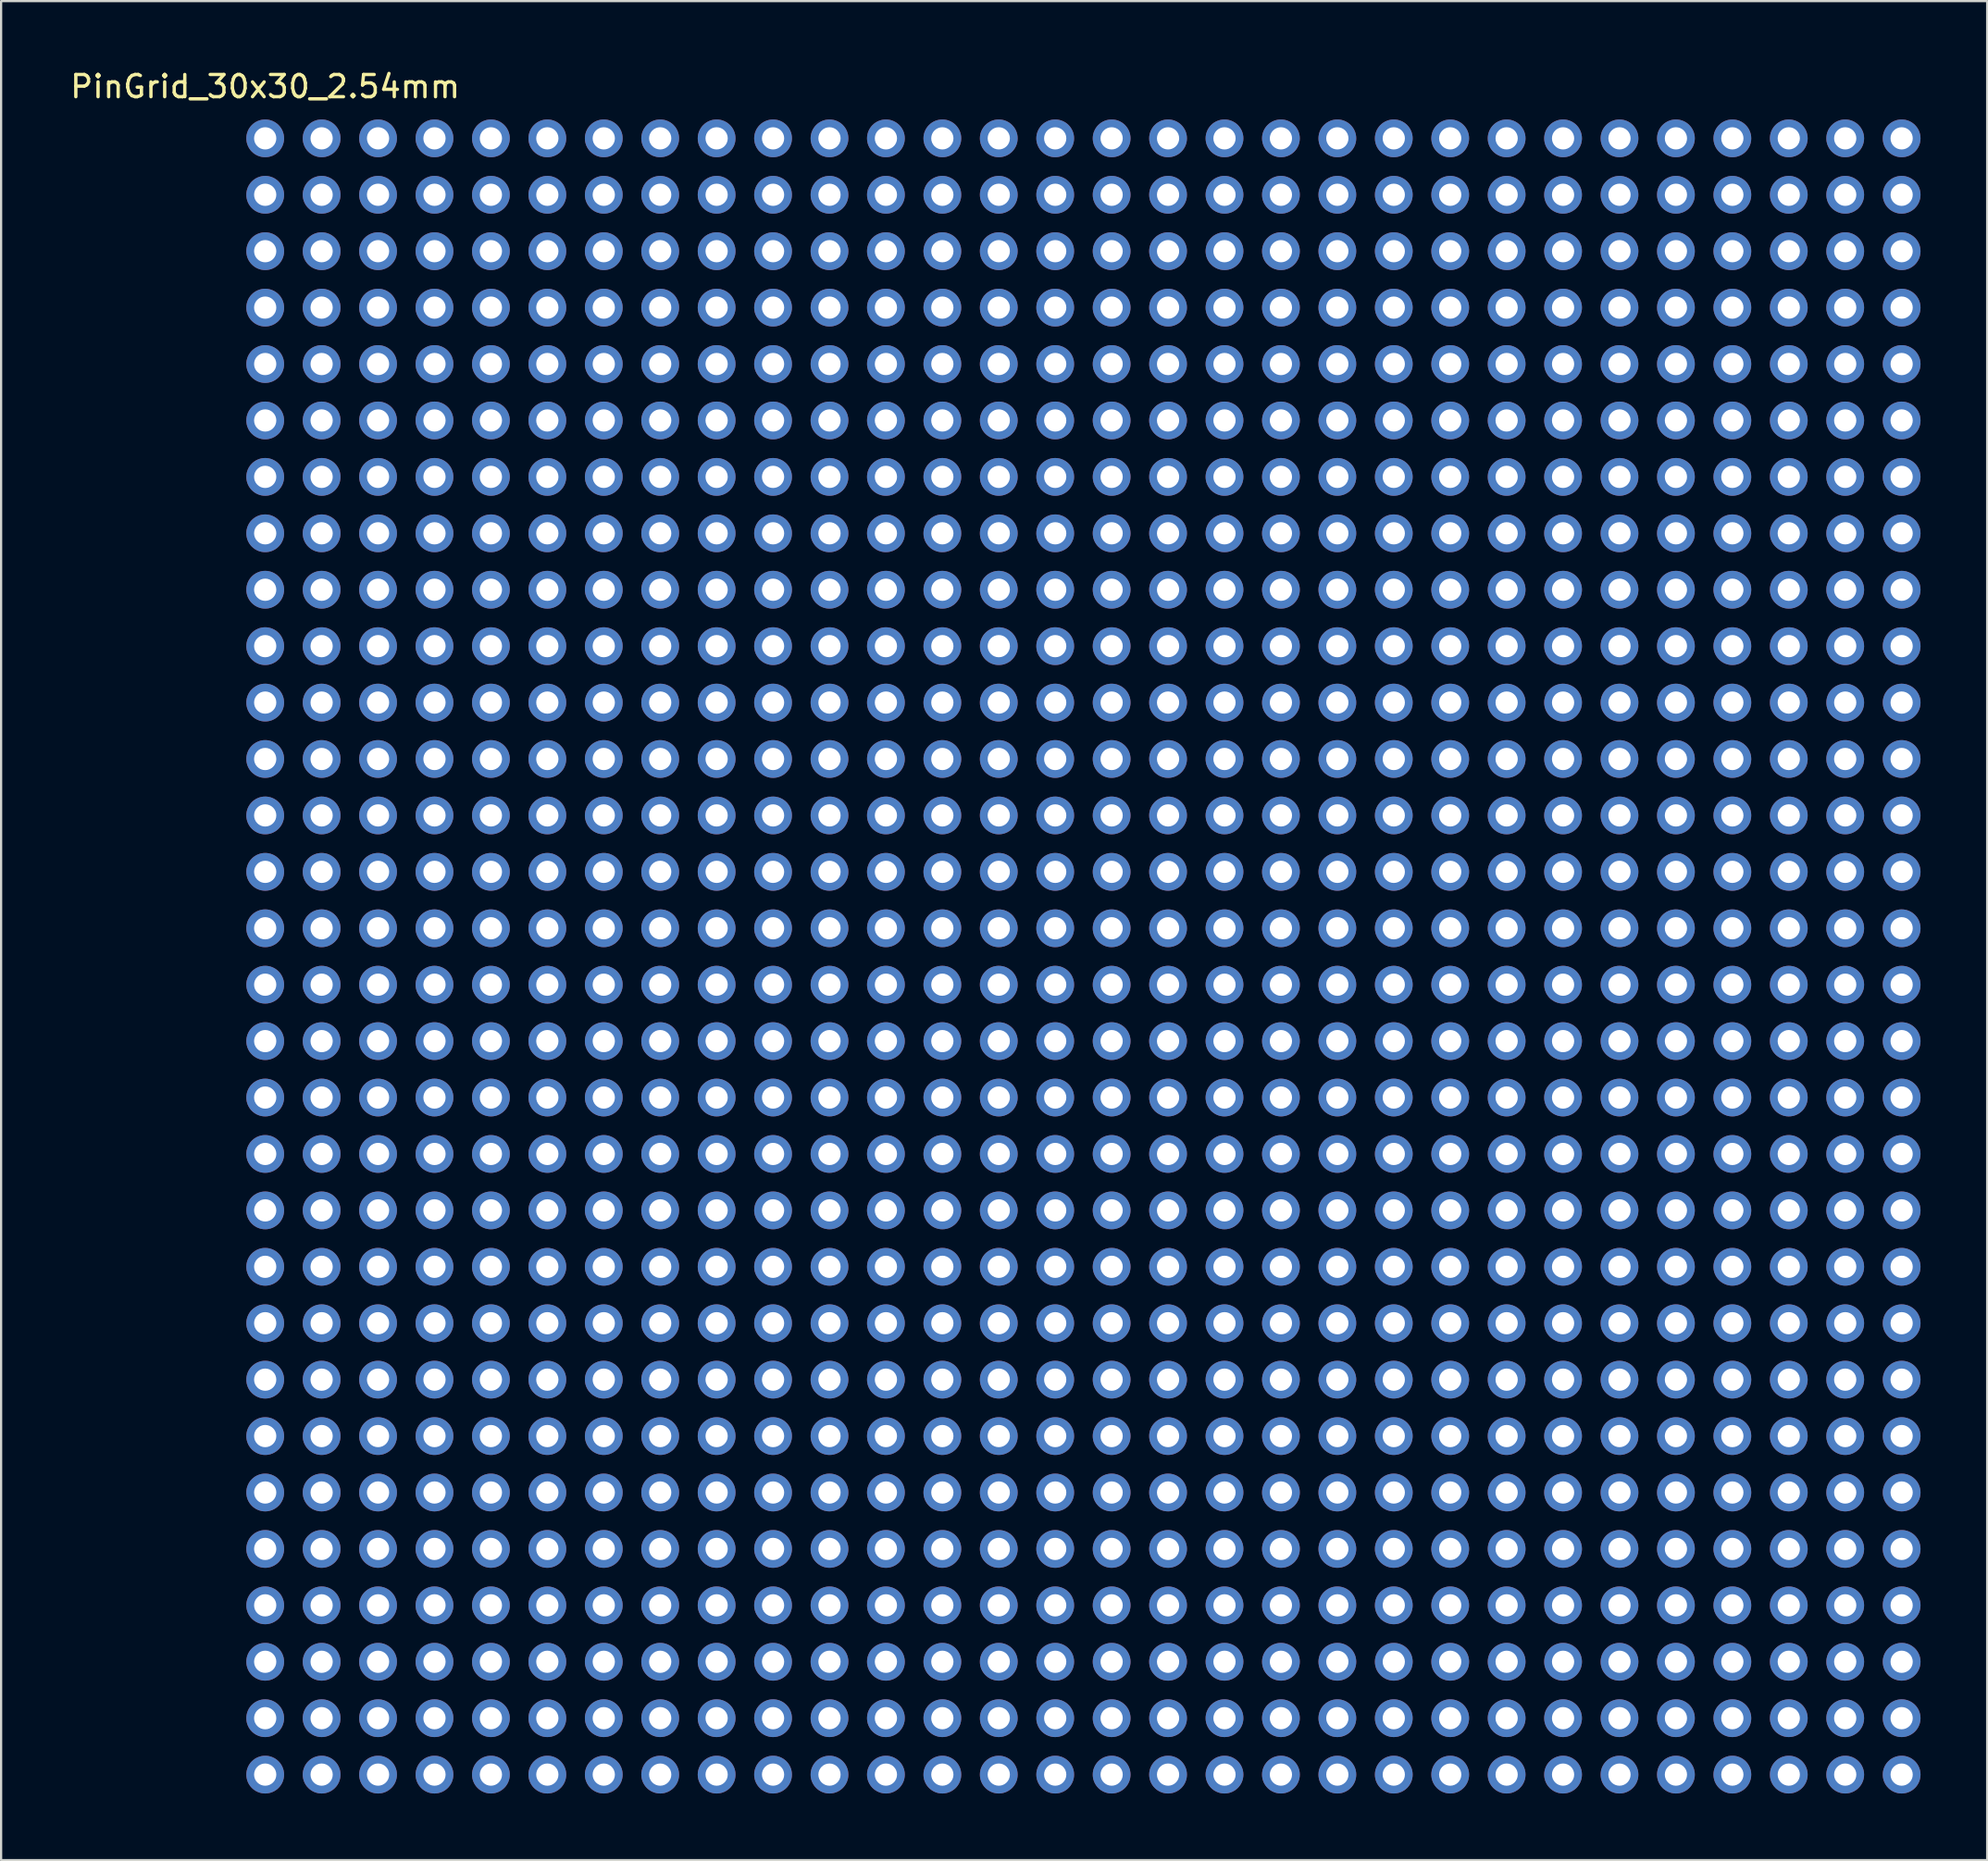
<source format=kicad_pcb>
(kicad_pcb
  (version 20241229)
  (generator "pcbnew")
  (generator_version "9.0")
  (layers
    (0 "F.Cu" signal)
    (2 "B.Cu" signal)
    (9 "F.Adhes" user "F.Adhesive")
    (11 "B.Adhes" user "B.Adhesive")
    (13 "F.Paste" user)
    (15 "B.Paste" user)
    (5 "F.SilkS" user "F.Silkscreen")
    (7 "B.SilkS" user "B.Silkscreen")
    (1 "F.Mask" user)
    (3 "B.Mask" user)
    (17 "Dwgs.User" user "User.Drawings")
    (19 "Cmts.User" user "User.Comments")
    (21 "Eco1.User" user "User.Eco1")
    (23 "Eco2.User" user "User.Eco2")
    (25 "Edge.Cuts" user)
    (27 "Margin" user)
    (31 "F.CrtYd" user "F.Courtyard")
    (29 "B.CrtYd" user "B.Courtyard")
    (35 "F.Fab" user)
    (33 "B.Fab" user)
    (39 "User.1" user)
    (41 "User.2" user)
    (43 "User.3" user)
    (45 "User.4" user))
  (footprint "PinGrid_30x30_2.54mm"
    (layer "F.Cu")
    (at 8.887 3.178)
    (property "Reference" "PinGrid_30x30_2.54mm" (at 0 -2.33 0) (layer "F.SilkS") (effects (font (size 1 1) (thickness 0.15))))
    (attr through_hole)
    (pad "1" thru_hole circle (at 0 0) (size 1.7 1.7) (drill 1) (layers "*.Cu" "*.Mask"))
    (pad "2" thru_hole circle (at 2.54 0) (size 1.7 1.7) (drill 1) (layers "*.Cu" "*.Mask"))
    (pad "3" thru_hole circle (at 5.08 0) (size 1.7 1.7) (drill 1) (layers "*.Cu" "*.Mask"))
    (pad "4" thru_hole circle (at 7.62 0) (size 1.7 1.7) (drill 1) (layers "*.Cu" "*.Mask"))
    (pad "5" thru_hole circle (at 10.16 0) (size 1.7 1.7) (drill 1) (layers "*.Cu" "*.Mask"))
    (pad "6" thru_hole circle (at 12.7 0) (size 1.7 1.7) (drill 1) (layers "*.Cu" "*.Mask"))
    (pad "7" thru_hole circle (at 15.24 0) (size 1.7 1.7) (drill 1) (layers "*.Cu" "*.Mask"))
    (pad "8" thru_hole circle (at 17.78 0) (size 1.7 1.7) (drill 1) (layers "*.Cu" "*.Mask"))
    (pad "9" thru_hole circle (at 20.32 0) (size 1.7 1.7) (drill 1) (layers "*.Cu" "*.Mask"))
    (pad "10" thru_hole circle (at 22.86 0) (size 1.7 1.7) (drill 1) (layers "*.Cu" "*.Mask"))
    (pad "11" thru_hole circle (at 25.4 0) (size 1.7 1.7) (drill 1) (layers "*.Cu" "*.Mask"))
    (pad "12" thru_hole circle (at 27.94 0) (size 1.7 1.7) (drill 1) (layers "*.Cu" "*.Mask"))
    (pad "13" thru_hole circle (at 30.48 0) (size 1.7 1.7) (drill 1) (layers "*.Cu" "*.Mask"))
    (pad "14" thru_hole circle (at 33.02 0) (size 1.7 1.7) (drill 1) (layers "*.Cu" "*.Mask"))
    (pad "15" thru_hole circle (at 35.56 0) (size 1.7 1.7) (drill 1) (layers "*.Cu" "*.Mask"))
    (pad "16" thru_hole circle (at 38.1 0) (size 1.7 1.7) (drill 1) (layers "*.Cu" "*.Mask"))
    (pad "17" thru_hole circle (at 40.64 0) (size 1.7 1.7) (drill 1) (layers "*.Cu" "*.Mask"))
    (pad "18" thru_hole circle (at 43.18 0) (size 1.7 1.7) (drill 1) (layers "*.Cu" "*.Mask"))
    (pad "19" thru_hole circle (at 45.72 0) (size 1.7 1.7) (drill 1) (layers "*.Cu" "*.Mask"))
    (pad "20" thru_hole circle (at 48.26 0) (size 1.7 1.7) (drill 1) (layers "*.Cu" "*.Mask"))
    (pad "21" thru_hole circle (at 50.8 0) (size 1.7 1.7) (drill 1) (layers "*.Cu" "*.Mask"))
    (pad "22" thru_hole circle (at 53.34 0) (size 1.7 1.7) (drill 1) (layers "*.Cu" "*.Mask"))
    (pad "23" thru_hole circle (at 55.88 0) (size 1.7 1.7) (drill 1) (layers "*.Cu" "*.Mask"))
    (pad "24" thru_hole circle (at 58.42 0) (size 1.7 1.7) (drill 1) (layers "*.Cu" "*.Mask"))
    (pad "25" thru_hole circle (at 60.96 0) (size 1.7 1.7) (drill 1) (layers "*.Cu" "*.Mask"))
    (pad "26" thru_hole circle (at 63.5 0) (size 1.7 1.7) (drill 1) (layers "*.Cu" "*.Mask"))
    (pad "27" thru_hole circle (at 66.04 0) (size 1.7 1.7) (drill 1) (layers "*.Cu" "*.Mask"))
    (pad "28" thru_hole circle (at 68.58 0) (size 1.7 1.7) (drill 1) (layers "*.Cu" "*.Mask"))
    (pad "29" thru_hole circle (at 71.12 0) (size 1.7 1.7) (drill 1) (layers "*.Cu" "*.Mask"))
    (pad "30" thru_hole circle (at 73.66 0) (size 1.7 1.7) (drill 1) (layers "*.Cu" "*.Mask"))
    (pad "31" thru_hole circle (at 0 2.54) (size 1.7 1.7) (drill 1) (layers "*.Cu" "*.Mask"))
    (pad "32" thru_hole circle (at 2.54 2.54) (size 1.7 1.7) (drill 1) (layers "*.Cu" "*.Mask"))
    (pad "33" thru_hole circle (at 5.08 2.54) (size 1.7 1.7) (drill 1) (layers "*.Cu" "*.Mask"))
    (pad "34" thru_hole circle (at 7.62 2.54) (size 1.7 1.7) (drill 1) (layers "*.Cu" "*.Mask"))
    (pad "35" thru_hole circle (at 10.16 2.54) (size 1.7 1.7) (drill 1) (layers "*.Cu" "*.Mask"))
    (pad "36" thru_hole circle (at 12.7 2.54) (size 1.7 1.7) (drill 1) (layers "*.Cu" "*.Mask"))
    (pad "37" thru_hole circle (at 15.24 2.54) (size 1.7 1.7) (drill 1) (layers "*.Cu" "*.Mask"))
    (pad "38" thru_hole circle (at 17.78 2.54) (size 1.7 1.7) (drill 1) (layers "*.Cu" "*.Mask"))
    (pad "39" thru_hole circle (at 20.32 2.54) (size 1.7 1.7) (drill 1) (layers "*.Cu" "*.Mask"))
    (pad "40" thru_hole circle (at 22.86 2.54) (size 1.7 1.7) (drill 1) (layers "*.Cu" "*.Mask"))
    (pad "41" thru_hole circle (at 25.4 2.54) (size 1.7 1.7) (drill 1) (layers "*.Cu" "*.Mask"))
    (pad "42" thru_hole circle (at 27.94 2.54) (size 1.7 1.7) (drill 1) (layers "*.Cu" "*.Mask"))
    (pad "43" thru_hole circle (at 30.48 2.54) (size 1.7 1.7) (drill 1) (layers "*.Cu" "*.Mask"))
    (pad "44" thru_hole circle (at 33.02 2.54) (size 1.7 1.7) (drill 1) (layers "*.Cu" "*.Mask"))
    (pad "45" thru_hole circle (at 35.56 2.54) (size 1.7 1.7) (drill 1) (layers "*.Cu" "*.Mask"))
    (pad "46" thru_hole circle (at 38.1 2.54) (size 1.7 1.7) (drill 1) (layers "*.Cu" "*.Mask"))
    (pad "47" thru_hole circle (at 40.64 2.54) (size 1.7 1.7) (drill 1) (layers "*.Cu" "*.Mask"))
    (pad "48" thru_hole circle (at 43.18 2.54) (size 1.7 1.7) (drill 1) (layers "*.Cu" "*.Mask"))
    (pad "49" thru_hole circle (at 45.72 2.54) (size 1.7 1.7) (drill 1) (layers "*.Cu" "*.Mask"))
    (pad "50" thru_hole circle (at 48.26 2.54) (size 1.7 1.7) (drill 1) (layers "*.Cu" "*.Mask"))
    (pad "51" thru_hole circle (at 50.8 2.54) (size 1.7 1.7) (drill 1) (layers "*.Cu" "*.Mask"))
    (pad "52" thru_hole circle (at 53.34 2.54) (size 1.7 1.7) (drill 1) (layers "*.Cu" "*.Mask"))
    (pad "53" thru_hole circle (at 55.88 2.54) (size 1.7 1.7) (drill 1) (layers "*.Cu" "*.Mask"))
    (pad "54" thru_hole circle (at 58.42 2.54) (size 1.7 1.7) (drill 1) (layers "*.Cu" "*.Mask"))
    (pad "55" thru_hole circle (at 60.96 2.54) (size 1.7 1.7) (drill 1) (layers "*.Cu" "*.Mask"))
    (pad "56" thru_hole circle (at 63.5 2.54) (size 1.7 1.7) (drill 1) (layers "*.Cu" "*.Mask"))
    (pad "57" thru_hole circle (at 66.04 2.54) (size 1.7 1.7) (drill 1) (layers "*.Cu" "*.Mask"))
    (pad "58" thru_hole circle (at 68.58 2.54) (size 1.7 1.7) (drill 1) (layers "*.Cu" "*.Mask"))
    (pad "59" thru_hole circle (at 71.12 2.54) (size 1.7 1.7) (drill 1) (layers "*.Cu" "*.Mask"))
    (pad "60" thru_hole circle (at 73.66 2.54) (size 1.7 1.7) (drill 1) (layers "*.Cu" "*.Mask"))
    (pad "61" thru_hole circle (at 0 5.08) (size 1.7 1.7) (drill 1) (layers "*.Cu" "*.Mask"))
    (pad "62" thru_hole circle (at 2.54 5.08) (size 1.7 1.7) (drill 1) (layers "*.Cu" "*.Mask"))
    (pad "63" thru_hole circle (at 5.08 5.08) (size 1.7 1.7) (drill 1) (layers "*.Cu" "*.Mask"))
    (pad "64" thru_hole circle (at 7.62 5.08) (size 1.7 1.7) (drill 1) (layers "*.Cu" "*.Mask"))
    (pad "65" thru_hole circle (at 10.16 5.08) (size 1.7 1.7) (drill 1) (layers "*.Cu" "*.Mask"))
    (pad "66" thru_hole circle (at 12.7 5.08) (size 1.7 1.7) (drill 1) (layers "*.Cu" "*.Mask"))
    (pad "67" thru_hole circle (at 15.24 5.08) (size 1.7 1.7) (drill 1) (layers "*.Cu" "*.Mask"))
    (pad "68" thru_hole circle (at 17.78 5.08) (size 1.7 1.7) (drill 1) (layers "*.Cu" "*.Mask"))
    (pad "69" thru_hole circle (at 20.32 5.08) (size 1.7 1.7) (drill 1) (layers "*.Cu" "*.Mask"))
    (pad "70" thru_hole circle (at 22.86 5.08) (size 1.7 1.7) (drill 1) (layers "*.Cu" "*.Mask"))
    (pad "71" thru_hole circle (at 25.4 5.08) (size 1.7 1.7) (drill 1) (layers "*.Cu" "*.Mask"))
    (pad "72" thru_hole circle (at 27.94 5.08) (size 1.7 1.7) (drill 1) (layers "*.Cu" "*.Mask"))
    (pad "73" thru_hole circle (at 30.48 5.08) (size 1.7 1.7) (drill 1) (layers "*.Cu" "*.Mask"))
    (pad "74" thru_hole circle (at 33.02 5.08) (size 1.7 1.7) (drill 1) (layers "*.Cu" "*.Mask"))
    (pad "75" thru_hole circle (at 35.56 5.08) (size 1.7 1.7) (drill 1) (layers "*.Cu" "*.Mask"))
    (pad "76" thru_hole circle (at 38.1 5.08) (size 1.7 1.7) (drill 1) (layers "*.Cu" "*.Mask"))
    (pad "77" thru_hole circle (at 40.64 5.08) (size 1.7 1.7) (drill 1) (layers "*.Cu" "*.Mask"))
    (pad "78" thru_hole circle (at 43.18 5.08) (size 1.7 1.7) (drill 1) (layers "*.Cu" "*.Mask"))
    (pad "79" thru_hole circle (at 45.72 5.08) (size 1.7 1.7) (drill 1) (layers "*.Cu" "*.Mask"))
    (pad "80" thru_hole circle (at 48.26 5.08) (size 1.7 1.7) (drill 1) (layers "*.Cu" "*.Mask"))
    (pad "81" thru_hole circle (at 50.8 5.08) (size 1.7 1.7) (drill 1) (layers "*.Cu" "*.Mask"))
    (pad "82" thru_hole circle (at 53.34 5.08) (size 1.7 1.7) (drill 1) (layers "*.Cu" "*.Mask"))
    (pad "83" thru_hole circle (at 55.88 5.08) (size 1.7 1.7) (drill 1) (layers "*.Cu" "*.Mask"))
    (pad "84" thru_hole circle (at 58.42 5.08) (size 1.7 1.7) (drill 1) (layers "*.Cu" "*.Mask"))
    (pad "85" thru_hole circle (at 60.96 5.08) (size 1.7 1.7) (drill 1) (layers "*.Cu" "*.Mask"))
    (pad "86" thru_hole circle (at 63.5 5.08) (size 1.7 1.7) (drill 1) (layers "*.Cu" "*.Mask"))
    (pad "87" thru_hole circle (at 66.04 5.08) (size 1.7 1.7) (drill 1) (layers "*.Cu" "*.Mask"))
    (pad "88" thru_hole circle (at 68.58 5.08) (size 1.7 1.7) (drill 1) (layers "*.Cu" "*.Mask"))
    (pad "89" thru_hole circle (at 71.12 5.08) (size 1.7 1.7) (drill 1) (layers "*.Cu" "*.Mask"))
    (pad "90" thru_hole circle (at 73.66 5.08) (size 1.7 1.7) (drill 1) (layers "*.Cu" "*.Mask"))
    (pad "91" thru_hole circle (at 0 7.62) (size 1.7 1.7) (drill 1) (layers "*.Cu" "*.Mask"))
    (pad "92" thru_hole circle (at 2.54 7.62) (size 1.7 1.7) (drill 1) (layers "*.Cu" "*.Mask"))
    (pad "93" thru_hole circle (at 5.08 7.62) (size 1.7 1.7) (drill 1) (layers "*.Cu" "*.Mask"))
    (pad "94" thru_hole circle (at 7.62 7.62) (size 1.7 1.7) (drill 1) (layers "*.Cu" "*.Mask"))
    (pad "95" thru_hole circle (at 10.16 7.62) (size 1.7 1.7) (drill 1) (layers "*.Cu" "*.Mask"))
    (pad "96" thru_hole circle (at 12.7 7.62) (size 1.7 1.7) (drill 1) (layers "*.Cu" "*.Mask"))
    (pad "97" thru_hole circle (at 15.24 7.62) (size 1.7 1.7) (drill 1) (layers "*.Cu" "*.Mask"))
    (pad "98" thru_hole circle (at 17.78 7.62) (size 1.7 1.7) (drill 1) (layers "*.Cu" "*.Mask"))
    (pad "99" thru_hole circle (at 20.32 7.62) (size 1.7 1.7) (drill 1) (layers "*.Cu" "*.Mask"))
    (pad "100" thru_hole circle (at 22.86 7.62) (size 1.7 1.7) (drill 1) (layers "*.Cu" "*.Mask"))
    (pad "101" thru_hole circle (at 25.4 7.62) (size 1.7 1.7) (drill 1) (layers "*.Cu" "*.Mask"))
    (pad "102" thru_hole circle (at 27.94 7.62) (size 1.7 1.7) (drill 1) (layers "*.Cu" "*.Mask"))
    (pad "103" thru_hole circle (at 30.48 7.62) (size 1.7 1.7) (drill 1) (layers "*.Cu" "*.Mask"))
    (pad "104" thru_hole circle (at 33.02 7.62) (size 1.7 1.7) (drill 1) (layers "*.Cu" "*.Mask"))
    (pad "105" thru_hole circle (at 35.56 7.62) (size 1.7 1.7) (drill 1) (layers "*.Cu" "*.Mask"))
    (pad "106" thru_hole circle (at 38.1 7.62) (size 1.7 1.7) (drill 1) (layers "*.Cu" "*.Mask"))
    (pad "107" thru_hole circle (at 40.64 7.62) (size 1.7 1.7) (drill 1) (layers "*.Cu" "*.Mask"))
    (pad "108" thru_hole circle (at 43.18 7.62) (size 1.7 1.7) (drill 1) (layers "*.Cu" "*.Mask"))
    (pad "109" thru_hole circle (at 45.72 7.62) (size 1.7 1.7) (drill 1) (layers "*.Cu" "*.Mask"))
    (pad "110" thru_hole circle (at 48.26 7.62) (size 1.7 1.7) (drill 1) (layers "*.Cu" "*.Mask"))
    (pad "111" thru_hole circle (at 50.8 7.62) (size 1.7 1.7) (drill 1) (layers "*.Cu" "*.Mask"))
    (pad "112" thru_hole circle (at 53.34 7.62) (size 1.7 1.7) (drill 1) (layers "*.Cu" "*.Mask"))
    (pad "113" thru_hole circle (at 55.88 7.62) (size 1.7 1.7) (drill 1) (layers "*.Cu" "*.Mask"))
    (pad "114" thru_hole circle (at 58.42 7.62) (size 1.7 1.7) (drill 1) (layers "*.Cu" "*.Mask"))
    (pad "115" thru_hole circle (at 60.96 7.62) (size 1.7 1.7) (drill 1) (layers "*.Cu" "*.Mask"))
    (pad "116" thru_hole circle (at 63.5 7.62) (size 1.7 1.7) (drill 1) (layers "*.Cu" "*.Mask"))
    (pad "117" thru_hole circle (at 66.04 7.62) (size 1.7 1.7) (drill 1) (layers "*.Cu" "*.Mask"))
    (pad "118" thru_hole circle (at 68.58 7.62) (size 1.7 1.7) (drill 1) (layers "*.Cu" "*.Mask"))
    (pad "119" thru_hole circle (at 71.12 7.62) (size 1.7 1.7) (drill 1) (layers "*.Cu" "*.Mask"))
    (pad "120" thru_hole circle (at 73.66 7.62) (size 1.7 1.7) (drill 1) (layers "*.Cu" "*.Mask"))
    (pad "121" thru_hole circle (at 0 10.16) (size 1.7 1.7) (drill 1) (layers "*.Cu" "*.Mask"))
    (pad "122" thru_hole circle (at 2.54 10.16) (size 1.7 1.7) (drill 1) (layers "*.Cu" "*.Mask"))
    (pad "123" thru_hole circle (at 5.08 10.16) (size 1.7 1.7) (drill 1) (layers "*.Cu" "*.Mask"))
    (pad "124" thru_hole circle (at 7.62 10.16) (size 1.7 1.7) (drill 1) (layers "*.Cu" "*.Mask"))
    (pad "125" thru_hole circle (at 10.16 10.16) (size 1.7 1.7) (drill 1) (layers "*.Cu" "*.Mask"))
    (pad "126" thru_hole circle (at 12.7 10.16) (size 1.7 1.7) (drill 1) (layers "*.Cu" "*.Mask"))
    (pad "127" thru_hole circle (at 15.24 10.16) (size 1.7 1.7) (drill 1) (layers "*.Cu" "*.Mask"))
    (pad "128" thru_hole circle (at 17.78 10.16) (size 1.7 1.7) (drill 1) (layers "*.Cu" "*.Mask"))
    (pad "129" thru_hole circle (at 20.32 10.16) (size 1.7 1.7) (drill 1) (layers "*.Cu" "*.Mask"))
    (pad "130" thru_hole circle (at 22.86 10.16) (size 1.7 1.7) (drill 1) (layers "*.Cu" "*.Mask"))
    (pad "131" thru_hole circle (at 25.4 10.16) (size 1.7 1.7) (drill 1) (layers "*.Cu" "*.Mask"))
    (pad "132" thru_hole circle (at 27.94 10.16) (size 1.7 1.7) (drill 1) (layers "*.Cu" "*.Mask"))
    (pad "133" thru_hole circle (at 30.48 10.16) (size 1.7 1.7) (drill 1) (layers "*.Cu" "*.Mask"))
    (pad "134" thru_hole circle (at 33.02 10.16) (size 1.7 1.7) (drill 1) (layers "*.Cu" "*.Mask"))
    (pad "135" thru_hole circle (at 35.56 10.16) (size 1.7 1.7) (drill 1) (layers "*.Cu" "*.Mask"))
    (pad "136" thru_hole circle (at 38.1 10.16) (size 1.7 1.7) (drill 1) (layers "*.Cu" "*.Mask"))
    (pad "137" thru_hole circle (at 40.64 10.16) (size 1.7 1.7) (drill 1) (layers "*.Cu" "*.Mask"))
    (pad "138" thru_hole circle (at 43.18 10.16) (size 1.7 1.7) (drill 1) (layers "*.Cu" "*.Mask"))
    (pad "139" thru_hole circle (at 45.72 10.16) (size 1.7 1.7) (drill 1) (layers "*.Cu" "*.Mask"))
    (pad "140" thru_hole circle (at 48.26 10.16) (size 1.7 1.7) (drill 1) (layers "*.Cu" "*.Mask"))
    (pad "141" thru_hole circle (at 50.8 10.16) (size 1.7 1.7) (drill 1) (layers "*.Cu" "*.Mask"))
    (pad "142" thru_hole circle (at 53.34 10.16) (size 1.7 1.7) (drill 1) (layers "*.Cu" "*.Mask"))
    (pad "143" thru_hole circle (at 55.88 10.16) (size 1.7 1.7) (drill 1) (layers "*.Cu" "*.Mask"))
    (pad "144" thru_hole circle (at 58.42 10.16) (size 1.7 1.7) (drill 1) (layers "*.Cu" "*.Mask"))
    (pad "145" thru_hole circle (at 60.96 10.16) (size 1.7 1.7) (drill 1) (layers "*.Cu" "*.Mask"))
    (pad "146" thru_hole circle (at 63.5 10.16) (size 1.7 1.7) (drill 1) (layers "*.Cu" "*.Mask"))
    (pad "147" thru_hole circle (at 66.04 10.16) (size 1.7 1.7) (drill 1) (layers "*.Cu" "*.Mask"))
    (pad "148" thru_hole circle (at 68.58 10.16) (size 1.7 1.7) (drill 1) (layers "*.Cu" "*.Mask"))
    (pad "149" thru_hole circle (at 71.12 10.16) (size 1.7 1.7) (drill 1) (layers "*.Cu" "*.Mask"))
    (pad "150" thru_hole circle (at 73.66 10.16) (size 1.7 1.7) (drill 1) (layers "*.Cu" "*.Mask"))
    (pad "151" thru_hole circle (at 0 12.7) (size 1.7 1.7) (drill 1) (layers "*.Cu" "*.Mask"))
    (pad "152" thru_hole circle (at 2.54 12.7) (size 1.7 1.7) (drill 1) (layers "*.Cu" "*.Mask"))
    (pad "153" thru_hole circle (at 5.08 12.7) (size 1.7 1.7) (drill 1) (layers "*.Cu" "*.Mask"))
    (pad "154" thru_hole circle (at 7.62 12.7) (size 1.7 1.7) (drill 1) (layers "*.Cu" "*.Mask"))
    (pad "155" thru_hole circle (at 10.16 12.7) (size 1.7 1.7) (drill 1) (layers "*.Cu" "*.Mask"))
    (pad "156" thru_hole circle (at 12.7 12.7) (size 1.7 1.7) (drill 1) (layers "*.Cu" "*.Mask"))
    (pad "157" thru_hole circle (at 15.24 12.7) (size 1.7 1.7) (drill 1) (layers "*.Cu" "*.Mask"))
    (pad "158" thru_hole circle (at 17.78 12.7) (size 1.7 1.7) (drill 1) (layers "*.Cu" "*.Mask"))
    (pad "159" thru_hole circle (at 20.32 12.7) (size 1.7 1.7) (drill 1) (layers "*.Cu" "*.Mask"))
    (pad "160" thru_hole circle (at 22.86 12.7) (size 1.7 1.7) (drill 1) (layers "*.Cu" "*.Mask"))
    (pad "161" thru_hole circle (at 25.4 12.7) (size 1.7 1.7) (drill 1) (layers "*.Cu" "*.Mask"))
    (pad "162" thru_hole circle (at 27.94 12.7) (size 1.7 1.7) (drill 1) (layers "*.Cu" "*.Mask"))
    (pad "163" thru_hole circle (at 30.48 12.7) (size 1.7 1.7) (drill 1) (layers "*.Cu" "*.Mask"))
    (pad "164" thru_hole circle (at 33.02 12.7) (size 1.7 1.7) (drill 1) (layers "*.Cu" "*.Mask"))
    (pad "165" thru_hole circle (at 35.56 12.7) (size 1.7 1.7) (drill 1) (layers "*.Cu" "*.Mask"))
    (pad "166" thru_hole circle (at 38.1 12.7) (size 1.7 1.7) (drill 1) (layers "*.Cu" "*.Mask"))
    (pad "167" thru_hole circle (at 40.64 12.7) (size 1.7 1.7) (drill 1) (layers "*.Cu" "*.Mask"))
    (pad "168" thru_hole circle (at 43.18 12.7) (size 1.7 1.7) (drill 1) (layers "*.Cu" "*.Mask"))
    (pad "169" thru_hole circle (at 45.72 12.7) (size 1.7 1.7) (drill 1) (layers "*.Cu" "*.Mask"))
    (pad "170" thru_hole circle (at 48.26 12.7) (size 1.7 1.7) (drill 1) (layers "*.Cu" "*.Mask"))
    (pad "171" thru_hole circle (at 50.8 12.7) (size 1.7 1.7) (drill 1) (layers "*.Cu" "*.Mask"))
    (pad "172" thru_hole circle (at 53.34 12.7) (size 1.7 1.7) (drill 1) (layers "*.Cu" "*.Mask"))
    (pad "173" thru_hole circle (at 55.88 12.7) (size 1.7 1.7) (drill 1) (layers "*.Cu" "*.Mask"))
    (pad "174" thru_hole circle (at 58.42 12.7) (size 1.7 1.7) (drill 1) (layers "*.Cu" "*.Mask"))
    (pad "175" thru_hole circle (at 60.96 12.7) (size 1.7 1.7) (drill 1) (layers "*.Cu" "*.Mask"))
    (pad "176" thru_hole circle (at 63.5 12.7) (size 1.7 1.7) (drill 1) (layers "*.Cu" "*.Mask"))
    (pad "177" thru_hole circle (at 66.04 12.7) (size 1.7 1.7) (drill 1) (layers "*.Cu" "*.Mask"))
    (pad "178" thru_hole circle (at 68.58 12.7) (size 1.7 1.7) (drill 1) (layers "*.Cu" "*.Mask"))
    (pad "179" thru_hole circle (at 71.12 12.7) (size 1.7 1.7) (drill 1) (layers "*.Cu" "*.Mask"))
    (pad "180" thru_hole circle (at 73.66 12.7) (size 1.7 1.7) (drill 1) (layers "*.Cu" "*.Mask"))
    (pad "181" thru_hole circle (at 0 15.24) (size 1.7 1.7) (drill 1) (layers "*.Cu" "*.Mask"))
    (pad "182" thru_hole circle (at 2.54 15.24) (size 1.7 1.7) (drill 1) (layers "*.Cu" "*.Mask"))
    (pad "183" thru_hole circle (at 5.08 15.24) (size 1.7 1.7) (drill 1) (layers "*.Cu" "*.Mask"))
    (pad "184" thru_hole circle (at 7.62 15.24) (size 1.7 1.7) (drill 1) (layers "*.Cu" "*.Mask"))
    (pad "185" thru_hole circle (at 10.16 15.24) (size 1.7 1.7) (drill 1) (layers "*.Cu" "*.Mask"))
    (pad "186" thru_hole circle (at 12.7 15.24) (size 1.7 1.7) (drill 1) (layers "*.Cu" "*.Mask"))
    (pad "187" thru_hole circle (at 15.24 15.24) (size 1.7 1.7) (drill 1) (layers "*.Cu" "*.Mask"))
    (pad "188" thru_hole circle (at 17.78 15.24) (size 1.7 1.7) (drill 1) (layers "*.Cu" "*.Mask"))
    (pad "189" thru_hole circle (at 20.32 15.24) (size 1.7 1.7) (drill 1) (layers "*.Cu" "*.Mask"))
    (pad "190" thru_hole circle (at 22.86 15.24) (size 1.7 1.7) (drill 1) (layers "*.Cu" "*.Mask"))
    (pad "191" thru_hole circle (at 25.4 15.24) (size 1.7 1.7) (drill 1) (layers "*.Cu" "*.Mask"))
    (pad "192" thru_hole circle (at 27.94 15.24) (size 1.7 1.7) (drill 1) (layers "*.Cu" "*.Mask"))
    (pad "193" thru_hole circle (at 30.48 15.24) (size 1.7 1.7) (drill 1) (layers "*.Cu" "*.Mask"))
    (pad "194" thru_hole circle (at 33.02 15.24) (size 1.7 1.7) (drill 1) (layers "*.Cu" "*.Mask"))
    (pad "195" thru_hole circle (at 35.56 15.24) (size 1.7 1.7) (drill 1) (layers "*.Cu" "*.Mask"))
    (pad "196" thru_hole circle (at 38.1 15.24) (size 1.7 1.7) (drill 1) (layers "*.Cu" "*.Mask"))
    (pad "197" thru_hole circle (at 40.64 15.24) (size 1.7 1.7) (drill 1) (layers "*.Cu" "*.Mask"))
    (pad "198" thru_hole circle (at 43.18 15.24) (size 1.7 1.7) (drill 1) (layers "*.Cu" "*.Mask"))
    (pad "199" thru_hole circle (at 45.72 15.24) (size 1.7 1.7) (drill 1) (layers "*.Cu" "*.Mask"))
    (pad "200" thru_hole circle (at 48.26 15.24) (size 1.7 1.7) (drill 1) (layers "*.Cu" "*.Mask"))
    (pad "201" thru_hole circle (at 50.8 15.24) (size 1.7 1.7) (drill 1) (layers "*.Cu" "*.Mask"))
    (pad "202" thru_hole circle (at 53.34 15.24) (size 1.7 1.7) (drill 1) (layers "*.Cu" "*.Mask"))
    (pad "203" thru_hole circle (at 55.88 15.24) (size 1.7 1.7) (drill 1) (layers "*.Cu" "*.Mask"))
    (pad "204" thru_hole circle (at 58.42 15.24) (size 1.7 1.7) (drill 1) (layers "*.Cu" "*.Mask"))
    (pad "205" thru_hole circle (at 60.96 15.24) (size 1.7 1.7) (drill 1) (layers "*.Cu" "*.Mask"))
    (pad "206" thru_hole circle (at 63.5 15.24) (size 1.7 1.7) (drill 1) (layers "*.Cu" "*.Mask"))
    (pad "207" thru_hole circle (at 66.04 15.24) (size 1.7 1.7) (drill 1) (layers "*.Cu" "*.Mask"))
    (pad "208" thru_hole circle (at 68.58 15.24) (size 1.7 1.7) (drill 1) (layers "*.Cu" "*.Mask"))
    (pad "209" thru_hole circle (at 71.12 15.24) (size 1.7 1.7) (drill 1) (layers "*.Cu" "*.Mask"))
    (pad "210" thru_hole circle (at 73.66 15.24) (size 1.7 1.7) (drill 1) (layers "*.Cu" "*.Mask"))
    (pad "211" thru_hole circle (at 0 17.78) (size 1.7 1.7) (drill 1) (layers "*.Cu" "*.Mask"))
    (pad "212" thru_hole circle (at 2.54 17.78) (size 1.7 1.7) (drill 1) (layers "*.Cu" "*.Mask"))
    (pad "213" thru_hole circle (at 5.08 17.78) (size 1.7 1.7) (drill 1) (layers "*.Cu" "*.Mask"))
    (pad "214" thru_hole circle (at 7.62 17.78) (size 1.7 1.7) (drill 1) (layers "*.Cu" "*.Mask"))
    (pad "215" thru_hole circle (at 10.16 17.78) (size 1.7 1.7) (drill 1) (layers "*.Cu" "*.Mask"))
    (pad "216" thru_hole circle (at 12.7 17.78) (size 1.7 1.7) (drill 1) (layers "*.Cu" "*.Mask"))
    (pad "217" thru_hole circle (at 15.24 17.78) (size 1.7 1.7) (drill 1) (layers "*.Cu" "*.Mask"))
    (pad "218" thru_hole circle (at 17.78 17.78) (size 1.7 1.7) (drill 1) (layers "*.Cu" "*.Mask"))
    (pad "219" thru_hole circle (at 20.32 17.78) (size 1.7 1.7) (drill 1) (layers "*.Cu" "*.Mask"))
    (pad "220" thru_hole circle (at 22.86 17.78) (size 1.7 1.7) (drill 1) (layers "*.Cu" "*.Mask"))
    (pad "221" thru_hole circle (at 25.4 17.78) (size 1.7 1.7) (drill 1) (layers "*.Cu" "*.Mask"))
    (pad "222" thru_hole circle (at 27.94 17.78) (size 1.7 1.7) (drill 1) (layers "*.Cu" "*.Mask"))
    (pad "223" thru_hole circle (at 30.48 17.78) (size 1.7 1.7) (drill 1) (layers "*.Cu" "*.Mask"))
    (pad "224" thru_hole circle (at 33.02 17.78) (size 1.7 1.7) (drill 1) (layers "*.Cu" "*.Mask"))
    (pad "225" thru_hole circle (at 35.56 17.78) (size 1.7 1.7) (drill 1) (layers "*.Cu" "*.Mask"))
    (pad "226" thru_hole circle (at 38.1 17.78) (size 1.7 1.7) (drill 1) (layers "*.Cu" "*.Mask"))
    (pad "227" thru_hole circle (at 40.64 17.78) (size 1.7 1.7) (drill 1) (layers "*.Cu" "*.Mask"))
    (pad "228" thru_hole circle (at 43.18 17.78) (size 1.7 1.7) (drill 1) (layers "*.Cu" "*.Mask"))
    (pad "229" thru_hole circle (at 45.72 17.78) (size 1.7 1.7) (drill 1) (layers "*.Cu" "*.Mask"))
    (pad "230" thru_hole circle (at 48.26 17.78) (size 1.7 1.7) (drill 1) (layers "*.Cu" "*.Mask"))
    (pad "231" thru_hole circle (at 50.8 17.78) (size 1.7 1.7) (drill 1) (layers "*.Cu" "*.Mask"))
    (pad "232" thru_hole circle (at 53.34 17.78) (size 1.7 1.7) (drill 1) (layers "*.Cu" "*.Mask"))
    (pad "233" thru_hole circle (at 55.88 17.78) (size 1.7 1.7) (drill 1) (layers "*.Cu" "*.Mask"))
    (pad "234" thru_hole circle (at 58.42 17.78) (size 1.7 1.7) (drill 1) (layers "*.Cu" "*.Mask"))
    (pad "235" thru_hole circle (at 60.96 17.78) (size 1.7 1.7) (drill 1) (layers "*.Cu" "*.Mask"))
    (pad "236" thru_hole circle (at 63.5 17.78) (size 1.7 1.7) (drill 1) (layers "*.Cu" "*.Mask"))
    (pad "237" thru_hole circle (at 66.04 17.78) (size 1.7 1.7) (drill 1) (layers "*.Cu" "*.Mask"))
    (pad "238" thru_hole circle (at 68.58 17.78) (size 1.7 1.7) (drill 1) (layers "*.Cu" "*.Mask"))
    (pad "239" thru_hole circle (at 71.12 17.78) (size 1.7 1.7) (drill 1) (layers "*.Cu" "*.Mask"))
    (pad "240" thru_hole circle (at 73.66 17.78) (size 1.7 1.7) (drill 1) (layers "*.Cu" "*.Mask"))
    (pad "241" thru_hole circle (at 0 20.32) (size 1.7 1.7) (drill 1) (layers "*.Cu" "*.Mask"))
    (pad "242" thru_hole circle (at 2.54 20.32) (size 1.7 1.7) (drill 1) (layers "*.Cu" "*.Mask"))
    (pad "243" thru_hole circle (at 5.08 20.32) (size 1.7 1.7) (drill 1) (layers "*.Cu" "*.Mask"))
    (pad "244" thru_hole circle (at 7.62 20.32) (size 1.7 1.7) (drill 1) (layers "*.Cu" "*.Mask"))
    (pad "245" thru_hole circle (at 10.16 20.32) (size 1.7 1.7) (drill 1) (layers "*.Cu" "*.Mask"))
    (pad "246" thru_hole circle (at 12.7 20.32) (size 1.7 1.7) (drill 1) (layers "*.Cu" "*.Mask"))
    (pad "247" thru_hole circle (at 15.24 20.32) (size 1.7 1.7) (drill 1) (layers "*.Cu" "*.Mask"))
    (pad "248" thru_hole circle (at 17.78 20.32) (size 1.7 1.7) (drill 1) (layers "*.Cu" "*.Mask"))
    (pad "249" thru_hole circle (at 20.32 20.32) (size 1.7 1.7) (drill 1) (layers "*.Cu" "*.Mask"))
    (pad "250" thru_hole circle (at 22.86 20.32) (size 1.7 1.7) (drill 1) (layers "*.Cu" "*.Mask"))
    (pad "251" thru_hole circle (at 25.4 20.32) (size 1.7 1.7) (drill 1) (layers "*.Cu" "*.Mask"))
    (pad "252" thru_hole circle (at 27.94 20.32) (size 1.7 1.7) (drill 1) (layers "*.Cu" "*.Mask"))
    (pad "253" thru_hole circle (at 30.48 20.32) (size 1.7 1.7) (drill 1) (layers "*.Cu" "*.Mask"))
    (pad "254" thru_hole circle (at 33.02 20.32) (size 1.7 1.7) (drill 1) (layers "*.Cu" "*.Mask"))
    (pad "255" thru_hole circle (at 35.56 20.32) (size 1.7 1.7) (drill 1) (layers "*.Cu" "*.Mask"))
    (pad "256" thru_hole circle (at 38.1 20.32) (size 1.7 1.7) (drill 1) (layers "*.Cu" "*.Mask"))
    (pad "257" thru_hole circle (at 40.64 20.32) (size 1.7 1.7) (drill 1) (layers "*.Cu" "*.Mask"))
    (pad "258" thru_hole circle (at 43.18 20.32) (size 1.7 1.7) (drill 1) (layers "*.Cu" "*.Mask"))
    (pad "259" thru_hole circle (at 45.72 20.32) (size 1.7 1.7) (drill 1) (layers "*.Cu" "*.Mask"))
    (pad "260" thru_hole circle (at 48.26 20.32) (size 1.7 1.7) (drill 1) (layers "*.Cu" "*.Mask"))
    (pad "261" thru_hole circle (at 50.8 20.32) (size 1.7 1.7) (drill 1) (layers "*.Cu" "*.Mask"))
    (pad "262" thru_hole circle (at 53.34 20.32) (size 1.7 1.7) (drill 1) (layers "*.Cu" "*.Mask"))
    (pad "263" thru_hole circle (at 55.88 20.32) (size 1.7 1.7) (drill 1) (layers "*.Cu" "*.Mask"))
    (pad "264" thru_hole circle (at 58.42 20.32) (size 1.7 1.7) (drill 1) (layers "*.Cu" "*.Mask"))
    (pad "265" thru_hole circle (at 60.96 20.32) (size 1.7 1.7) (drill 1) (layers "*.Cu" "*.Mask"))
    (pad "266" thru_hole circle (at 63.5 20.32) (size 1.7 1.7) (drill 1) (layers "*.Cu" "*.Mask"))
    (pad "267" thru_hole circle (at 66.04 20.32) (size 1.7 1.7) (drill 1) (layers "*.Cu" "*.Mask"))
    (pad "268" thru_hole circle (at 68.58 20.32) (size 1.7 1.7) (drill 1) (layers "*.Cu" "*.Mask"))
    (pad "269" thru_hole circle (at 71.12 20.32) (size 1.7 1.7) (drill 1) (layers "*.Cu" "*.Mask"))
    (pad "270" thru_hole circle (at 73.66 20.32) (size 1.7 1.7) (drill 1) (layers "*.Cu" "*.Mask"))
    (pad "271" thru_hole circle (at 0 22.86) (size 1.7 1.7) (drill 1) (layers "*.Cu" "*.Mask"))
    (pad "272" thru_hole circle (at 2.54 22.86) (size 1.7 1.7) (drill 1) (layers "*.Cu" "*.Mask"))
    (pad "273" thru_hole circle (at 5.08 22.86) (size 1.7 1.7) (drill 1) (layers "*.Cu" "*.Mask"))
    (pad "274" thru_hole circle (at 7.62 22.86) (size 1.7 1.7) (drill 1) (layers "*.Cu" "*.Mask"))
    (pad "275" thru_hole circle (at 10.16 22.86) (size 1.7 1.7) (drill 1) (layers "*.Cu" "*.Mask"))
    (pad "276" thru_hole circle (at 12.7 22.86) (size 1.7 1.7) (drill 1) (layers "*.Cu" "*.Mask"))
    (pad "277" thru_hole circle (at 15.24 22.86) (size 1.7 1.7) (drill 1) (layers "*.Cu" "*.Mask"))
    (pad "278" thru_hole circle (at 17.78 22.86) (size 1.7 1.7) (drill 1) (layers "*.Cu" "*.Mask"))
    (pad "279" thru_hole circle (at 20.32 22.86) (size 1.7 1.7) (drill 1) (layers "*.Cu" "*.Mask"))
    (pad "280" thru_hole circle (at 22.86 22.86) (size 1.7 1.7) (drill 1) (layers "*.Cu" "*.Mask"))
    (pad "281" thru_hole circle (at 25.4 22.86) (size 1.7 1.7) (drill 1) (layers "*.Cu" "*.Mask"))
    (pad "282" thru_hole circle (at 27.94 22.86) (size 1.7 1.7) (drill 1) (layers "*.Cu" "*.Mask"))
    (pad "283" thru_hole circle (at 30.48 22.86) (size 1.7 1.7) (drill 1) (layers "*.Cu" "*.Mask"))
    (pad "284" thru_hole circle (at 33.02 22.86) (size 1.7 1.7) (drill 1) (layers "*.Cu" "*.Mask"))
    (pad "285" thru_hole circle (at 35.56 22.86) (size 1.7 1.7) (drill 1) (layers "*.Cu" "*.Mask"))
    (pad "286" thru_hole circle (at 38.1 22.86) (size 1.7 1.7) (drill 1) (layers "*.Cu" "*.Mask"))
    (pad "287" thru_hole circle (at 40.64 22.86) (size 1.7 1.7) (drill 1) (layers "*.Cu" "*.Mask"))
    (pad "288" thru_hole circle (at 43.18 22.86) (size 1.7 1.7) (drill 1) (layers "*.Cu" "*.Mask"))
    (pad "289" thru_hole circle (at 45.72 22.86) (size 1.7 1.7) (drill 1) (layers "*.Cu" "*.Mask"))
    (pad "290" thru_hole circle (at 48.26 22.86) (size 1.7 1.7) (drill 1) (layers "*.Cu" "*.Mask"))
    (pad "291" thru_hole circle (at 50.8 22.86) (size 1.7 1.7) (drill 1) (layers "*.Cu" "*.Mask"))
    (pad "292" thru_hole circle (at 53.34 22.86) (size 1.7 1.7) (drill 1) (layers "*.Cu" "*.Mask"))
    (pad "293" thru_hole circle (at 55.88 22.86) (size 1.7 1.7) (drill 1) (layers "*.Cu" "*.Mask"))
    (pad "294" thru_hole circle (at 58.42 22.86) (size 1.7 1.7) (drill 1) (layers "*.Cu" "*.Mask"))
    (pad "295" thru_hole circle (at 60.96 22.86) (size 1.7 1.7) (drill 1) (layers "*.Cu" "*.Mask"))
    (pad "296" thru_hole circle (at 63.5 22.86) (size 1.7 1.7) (drill 1) (layers "*.Cu" "*.Mask"))
    (pad "297" thru_hole circle (at 66.04 22.86) (size 1.7 1.7) (drill 1) (layers "*.Cu" "*.Mask"))
    (pad "298" thru_hole circle (at 68.58 22.86) (size 1.7 1.7) (drill 1) (layers "*.Cu" "*.Mask"))
    (pad "299" thru_hole circle (at 71.12 22.86) (size 1.7 1.7) (drill 1) (layers "*.Cu" "*.Mask"))
    (pad "300" thru_hole circle (at 73.66 22.86) (size 1.7 1.7) (drill 1) (layers "*.Cu" "*.Mask"))
    (pad "301" thru_hole circle (at 0 25.4) (size 1.7 1.7) (drill 1) (layers "*.Cu" "*.Mask"))
    (pad "302" thru_hole circle (at 2.54 25.4) (size 1.7 1.7) (drill 1) (layers "*.Cu" "*.Mask"))
    (pad "303" thru_hole circle (at 5.08 25.4) (size 1.7 1.7) (drill 1) (layers "*.Cu" "*.Mask"))
    (pad "304" thru_hole circle (at 7.62 25.4) (size 1.7 1.7) (drill 1) (layers "*.Cu" "*.Mask"))
    (pad "305" thru_hole circle (at 10.16 25.4) (size 1.7 1.7) (drill 1) (layers "*.Cu" "*.Mask"))
    (pad "306" thru_hole circle (at 12.7 25.4) (size 1.7 1.7) (drill 1) (layers "*.Cu" "*.Mask"))
    (pad "307" thru_hole circle (at 15.24 25.4) (size 1.7 1.7) (drill 1) (layers "*.Cu" "*.Mask"))
    (pad "308" thru_hole circle (at 17.78 25.4) (size 1.7 1.7) (drill 1) (layers "*.Cu" "*.Mask"))
    (pad "309" thru_hole circle (at 20.32 25.4) (size 1.7 1.7) (drill 1) (layers "*.Cu" "*.Mask"))
    (pad "310" thru_hole circle (at 22.86 25.4) (size 1.7 1.7) (drill 1) (layers "*.Cu" "*.Mask"))
    (pad "311" thru_hole circle (at 25.4 25.4) (size 1.7 1.7) (drill 1) (layers "*.Cu" "*.Mask"))
    (pad "312" thru_hole circle (at 27.94 25.4) (size 1.7 1.7) (drill 1) (layers "*.Cu" "*.Mask"))
    (pad "313" thru_hole circle (at 30.48 25.4) (size 1.7 1.7) (drill 1) (layers "*.Cu" "*.Mask"))
    (pad "314" thru_hole circle (at 33.02 25.4) (size 1.7 1.7) (drill 1) (layers "*.Cu" "*.Mask"))
    (pad "315" thru_hole circle (at 35.56 25.4) (size 1.7 1.7) (drill 1) (layers "*.Cu" "*.Mask"))
    (pad "316" thru_hole circle (at 38.1 25.4) (size 1.7 1.7) (drill 1) (layers "*.Cu" "*.Mask"))
    (pad "317" thru_hole circle (at 40.64 25.4) (size 1.7 1.7) (drill 1) (layers "*.Cu" "*.Mask"))
    (pad "318" thru_hole circle (at 43.18 25.4) (size 1.7 1.7) (drill 1) (layers "*.Cu" "*.Mask"))
    (pad "319" thru_hole circle (at 45.72 25.4) (size 1.7 1.7) (drill 1) (layers "*.Cu" "*.Mask"))
    (pad "320" thru_hole circle (at 48.26 25.4) (size 1.7 1.7) (drill 1) (layers "*.Cu" "*.Mask"))
    (pad "321" thru_hole circle (at 50.8 25.4) (size 1.7 1.7) (drill 1) (layers "*.Cu" "*.Mask"))
    (pad "322" thru_hole circle (at 53.34 25.4) (size 1.7 1.7) (drill 1) (layers "*.Cu" "*.Mask"))
    (pad "323" thru_hole circle (at 55.88 25.4) (size 1.7 1.7) (drill 1) (layers "*.Cu" "*.Mask"))
    (pad "324" thru_hole circle (at 58.42 25.4) (size 1.7 1.7) (drill 1) (layers "*.Cu" "*.Mask"))
    (pad "325" thru_hole circle (at 60.96 25.4) (size 1.7 1.7) (drill 1) (layers "*.Cu" "*.Mask"))
    (pad "326" thru_hole circle (at 63.5 25.4) (size 1.7 1.7) (drill 1) (layers "*.Cu" "*.Mask"))
    (pad "327" thru_hole circle (at 66.04 25.4) (size 1.7 1.7) (drill 1) (layers "*.Cu" "*.Mask"))
    (pad "328" thru_hole circle (at 68.58 25.4) (size 1.7 1.7) (drill 1) (layers "*.Cu" "*.Mask"))
    (pad "329" thru_hole circle (at 71.12 25.4) (size 1.7 1.7) (drill 1) (layers "*.Cu" "*.Mask"))
    (pad "330" thru_hole circle (at 73.66 25.4) (size 1.7 1.7) (drill 1) (layers "*.Cu" "*.Mask"))
    (pad "331" thru_hole circle (at 0 27.94) (size 1.7 1.7) (drill 1) (layers "*.Cu" "*.Mask"))
    (pad "332" thru_hole circle (at 2.54 27.94) (size 1.7 1.7) (drill 1) (layers "*.Cu" "*.Mask"))
    (pad "333" thru_hole circle (at 5.08 27.94) (size 1.7 1.7) (drill 1) (layers "*.Cu" "*.Mask"))
    (pad "334" thru_hole circle (at 7.62 27.94) (size 1.7 1.7) (drill 1) (layers "*.Cu" "*.Mask"))
    (pad "335" thru_hole circle (at 10.16 27.94) (size 1.7 1.7) (drill 1) (layers "*.Cu" "*.Mask"))
    (pad "336" thru_hole circle (at 12.7 27.94) (size 1.7 1.7) (drill 1) (layers "*.Cu" "*.Mask"))
    (pad "337" thru_hole circle (at 15.24 27.94) (size 1.7 1.7) (drill 1) (layers "*.Cu" "*.Mask"))
    (pad "338" thru_hole circle (at 17.78 27.94) (size 1.7 1.7) (drill 1) (layers "*.Cu" "*.Mask"))
    (pad "339" thru_hole circle (at 20.32 27.94) (size 1.7 1.7) (drill 1) (layers "*.Cu" "*.Mask"))
    (pad "340" thru_hole circle (at 22.86 27.94) (size 1.7 1.7) (drill 1) (layers "*.Cu" "*.Mask"))
    (pad "341" thru_hole circle (at 25.4 27.94) (size 1.7 1.7) (drill 1) (layers "*.Cu" "*.Mask"))
    (pad "342" thru_hole circle (at 27.94 27.94) (size 1.7 1.7) (drill 1) (layers "*.Cu" "*.Mask"))
    (pad "343" thru_hole circle (at 30.48 27.94) (size 1.7 1.7) (drill 1) (layers "*.Cu" "*.Mask"))
    (pad "344" thru_hole circle (at 33.02 27.94) (size 1.7 1.7) (drill 1) (layers "*.Cu" "*.Mask"))
    (pad "345" thru_hole circle (at 35.56 27.94) (size 1.7 1.7) (drill 1) (layers "*.Cu" "*.Mask"))
    (pad "346" thru_hole circle (at 38.1 27.94) (size 1.7 1.7) (drill 1) (layers "*.Cu" "*.Mask"))
    (pad "347" thru_hole circle (at 40.64 27.94) (size 1.7 1.7) (drill 1) (layers "*.Cu" "*.Mask"))
    (pad "348" thru_hole circle (at 43.18 27.94) (size 1.7 1.7) (drill 1) (layers "*.Cu" "*.Mask"))
    (pad "349" thru_hole circle (at 45.72 27.94) (size 1.7 1.7) (drill 1) (layers "*.Cu" "*.Mask"))
    (pad "350" thru_hole circle (at 48.26 27.94) (size 1.7 1.7) (drill 1) (layers "*.Cu" "*.Mask"))
    (pad "351" thru_hole circle (at 50.8 27.94) (size 1.7 1.7) (drill 1) (layers "*.Cu" "*.Mask"))
    (pad "352" thru_hole circle (at 53.34 27.94) (size 1.7 1.7) (drill 1) (layers "*.Cu" "*.Mask"))
    (pad "353" thru_hole circle (at 55.88 27.94) (size 1.7 1.7) (drill 1) (layers "*.Cu" "*.Mask"))
    (pad "354" thru_hole circle (at 58.42 27.94) (size 1.7 1.7) (drill 1) (layers "*.Cu" "*.Mask"))
    (pad "355" thru_hole circle (at 60.96 27.94) (size 1.7 1.7) (drill 1) (layers "*.Cu" "*.Mask"))
    (pad "356" thru_hole circle (at 63.5 27.94) (size 1.7 1.7) (drill 1) (layers "*.Cu" "*.Mask"))
    (pad "357" thru_hole circle (at 66.04 27.94) (size 1.7 1.7) (drill 1) (layers "*.Cu" "*.Mask"))
    (pad "358" thru_hole circle (at 68.58 27.94) (size 1.7 1.7) (drill 1) (layers "*.Cu" "*.Mask"))
    (pad "359" thru_hole circle (at 71.12 27.94) (size 1.7 1.7) (drill 1) (layers "*.Cu" "*.Mask"))
    (pad "360" thru_hole circle (at 73.66 27.94) (size 1.7 1.7) (drill 1) (layers "*.Cu" "*.Mask"))
    (pad "361" thru_hole circle (at 0 30.48) (size 1.7 1.7) (drill 1) (layers "*.Cu" "*.Mask"))
    (pad "362" thru_hole circle (at 2.54 30.48) (size 1.7 1.7) (drill 1) (layers "*.Cu" "*.Mask"))
    (pad "363" thru_hole circle (at 5.08 30.48) (size 1.7 1.7) (drill 1) (layers "*.Cu" "*.Mask"))
    (pad "364" thru_hole circle (at 7.62 30.48) (size 1.7 1.7) (drill 1) (layers "*.Cu" "*.Mask"))
    (pad "365" thru_hole circle (at 10.16 30.48) (size 1.7 1.7) (drill 1) (layers "*.Cu" "*.Mask"))
    (pad "366" thru_hole circle (at 12.7 30.48) (size 1.7 1.7) (drill 1) (layers "*.Cu" "*.Mask"))
    (pad "367" thru_hole circle (at 15.24 30.48) (size 1.7 1.7) (drill 1) (layers "*.Cu" "*.Mask"))
    (pad "368" thru_hole circle (at 17.78 30.48) (size 1.7 1.7) (drill 1) (layers "*.Cu" "*.Mask"))
    (pad "369" thru_hole circle (at 20.32 30.48) (size 1.7 1.7) (drill 1) (layers "*.Cu" "*.Mask"))
    (pad "370" thru_hole circle (at 22.86 30.48) (size 1.7 1.7) (drill 1) (layers "*.Cu" "*.Mask"))
    (pad "371" thru_hole circle (at 25.4 30.48) (size 1.7 1.7) (drill 1) (layers "*.Cu" "*.Mask"))
    (pad "372" thru_hole circle (at 27.94 30.48) (size 1.7 1.7) (drill 1) (layers "*.Cu" "*.Mask"))
    (pad "373" thru_hole circle (at 30.48 30.48) (size 1.7 1.7) (drill 1) (layers "*.Cu" "*.Mask"))
    (pad "374" thru_hole circle (at 33.02 30.48) (size 1.7 1.7) (drill 1) (layers "*.Cu" "*.Mask"))
    (pad "375" thru_hole circle (at 35.56 30.48) (size 1.7 1.7) (drill 1) (layers "*.Cu" "*.Mask"))
    (pad "376" thru_hole circle (at 38.1 30.48) (size 1.7 1.7) (drill 1) (layers "*.Cu" "*.Mask"))
    (pad "377" thru_hole circle (at 40.64 30.48) (size 1.7 1.7) (drill 1) (layers "*.Cu" "*.Mask"))
    (pad "378" thru_hole circle (at 43.18 30.48) (size 1.7 1.7) (drill 1) (layers "*.Cu" "*.Mask"))
    (pad "379" thru_hole circle (at 45.72 30.48) (size 1.7 1.7) (drill 1) (layers "*.Cu" "*.Mask"))
    (pad "380" thru_hole circle (at 48.26 30.48) (size 1.7 1.7) (drill 1) (layers "*.Cu" "*.Mask"))
    (pad "381" thru_hole circle (at 50.8 30.48) (size 1.7 1.7) (drill 1) (layers "*.Cu" "*.Mask"))
    (pad "382" thru_hole circle (at 53.34 30.48) (size 1.7 1.7) (drill 1) (layers "*.Cu" "*.Mask"))
    (pad "383" thru_hole circle (at 55.88 30.48) (size 1.7 1.7) (drill 1) (layers "*.Cu" "*.Mask"))
    (pad "384" thru_hole circle (at 58.42 30.48) (size 1.7 1.7) (drill 1) (layers "*.Cu" "*.Mask"))
    (pad "385" thru_hole circle (at 60.96 30.48) (size 1.7 1.7) (drill 1) (layers "*.Cu" "*.Mask"))
    (pad "386" thru_hole circle (at 63.5 30.48) (size 1.7 1.7) (drill 1) (layers "*.Cu" "*.Mask"))
    (pad "387" thru_hole circle (at 66.04 30.48) (size 1.7 1.7) (drill 1) (layers "*.Cu" "*.Mask"))
    (pad "388" thru_hole circle (at 68.58 30.48) (size 1.7 1.7) (drill 1) (layers "*.Cu" "*.Mask"))
    (pad "389" thru_hole circle (at 71.12 30.48) (size 1.7 1.7) (drill 1) (layers "*.Cu" "*.Mask"))
    (pad "390" thru_hole circle (at 73.66 30.48) (size 1.7 1.7) (drill 1) (layers "*.Cu" "*.Mask"))
    (pad "391" thru_hole circle (at 0 33.02) (size 1.7 1.7) (drill 1) (layers "*.Cu" "*.Mask"))
    (pad "392" thru_hole circle (at 2.54 33.02) (size 1.7 1.7) (drill 1) (layers "*.Cu" "*.Mask"))
    (pad "393" thru_hole circle (at 5.08 33.02) (size 1.7 1.7) (drill 1) (layers "*.Cu" "*.Mask"))
    (pad "394" thru_hole circle (at 7.62 33.02) (size 1.7 1.7) (drill 1) (layers "*.Cu" "*.Mask"))
    (pad "395" thru_hole circle (at 10.16 33.02) (size 1.7 1.7) (drill 1) (layers "*.Cu" "*.Mask"))
    (pad "396" thru_hole circle (at 12.7 33.02) (size 1.7 1.7) (drill 1) (layers "*.Cu" "*.Mask"))
    (pad "397" thru_hole circle (at 15.24 33.02) (size 1.7 1.7) (drill 1) (layers "*.Cu" "*.Mask"))
    (pad "398" thru_hole circle (at 17.78 33.02) (size 1.7 1.7) (drill 1) (layers "*.Cu" "*.Mask"))
    (pad "399" thru_hole circle (at 20.32 33.02) (size 1.7 1.7) (drill 1) (layers "*.Cu" "*.Mask"))
    (pad "400" thru_hole circle (at 22.86 33.02) (size 1.7 1.7) (drill 1) (layers "*.Cu" "*.Mask"))
    (pad "401" thru_hole circle (at 25.4 33.02) (size 1.7 1.7) (drill 1) (layers "*.Cu" "*.Mask"))
    (pad "402" thru_hole circle (at 27.94 33.02) (size 1.7 1.7) (drill 1) (layers "*.Cu" "*.Mask"))
    (pad "403" thru_hole circle (at 30.48 33.02) (size 1.7 1.7) (drill 1) (layers "*.Cu" "*.Mask"))
    (pad "404" thru_hole circle (at 33.02 33.02) (size 1.7 1.7) (drill 1) (layers "*.Cu" "*.Mask"))
    (pad "405" thru_hole circle (at 35.56 33.02) (size 1.7 1.7) (drill 1) (layers "*.Cu" "*.Mask"))
    (pad "406" thru_hole circle (at 38.1 33.02) (size 1.7 1.7) (drill 1) (layers "*.Cu" "*.Mask"))
    (pad "407" thru_hole circle (at 40.64 33.02) (size 1.7 1.7) (drill 1) (layers "*.Cu" "*.Mask"))
    (pad "408" thru_hole circle (at 43.18 33.02) (size 1.7 1.7) (drill 1) (layers "*.Cu" "*.Mask"))
    (pad "409" thru_hole circle (at 45.72 33.02) (size 1.7 1.7) (drill 1) (layers "*.Cu" "*.Mask"))
    (pad "410" thru_hole circle (at 48.26 33.02) (size 1.7 1.7) (drill 1) (layers "*.Cu" "*.Mask"))
    (pad "411" thru_hole circle (at 50.8 33.02) (size 1.7 1.7) (drill 1) (layers "*.Cu" "*.Mask"))
    (pad "412" thru_hole circle (at 53.34 33.02) (size 1.7 1.7) (drill 1) (layers "*.Cu" "*.Mask"))
    (pad "413" thru_hole circle (at 55.88 33.02) (size 1.7 1.7) (drill 1) (layers "*.Cu" "*.Mask"))
    (pad "414" thru_hole circle (at 58.42 33.02) (size 1.7 1.7) (drill 1) (layers "*.Cu" "*.Mask"))
    (pad "415" thru_hole circle (at 60.96 33.02) (size 1.7 1.7) (drill 1) (layers "*.Cu" "*.Mask"))
    (pad "416" thru_hole circle (at 63.5 33.02) (size 1.7 1.7) (drill 1) (layers "*.Cu" "*.Mask"))
    (pad "417" thru_hole circle (at 66.04 33.02) (size 1.7 1.7) (drill 1) (layers "*.Cu" "*.Mask"))
    (pad "418" thru_hole circle (at 68.58 33.02) (size 1.7 1.7) (drill 1) (layers "*.Cu" "*.Mask"))
    (pad "419" thru_hole circle (at 71.12 33.02) (size 1.7 1.7) (drill 1) (layers "*.Cu" "*.Mask"))
    (pad "420" thru_hole circle (at 73.66 33.02) (size 1.7 1.7) (drill 1) (layers "*.Cu" "*.Mask"))
    (pad "421" thru_hole circle (at 0 35.56) (size 1.7 1.7) (drill 1) (layers "*.Cu" "*.Mask"))
    (pad "422" thru_hole circle (at 2.54 35.56) (size 1.7 1.7) (drill 1) (layers "*.Cu" "*.Mask"))
    (pad "423" thru_hole circle (at 5.08 35.56) (size 1.7 1.7) (drill 1) (layers "*.Cu" "*.Mask"))
    (pad "424" thru_hole circle (at 7.62 35.56) (size 1.7 1.7) (drill 1) (layers "*.Cu" "*.Mask"))
    (pad "425" thru_hole circle (at 10.16 35.56) (size 1.7 1.7) (drill 1) (layers "*.Cu" "*.Mask"))
    (pad "426" thru_hole circle (at 12.7 35.56) (size 1.7 1.7) (drill 1) (layers "*.Cu" "*.Mask"))
    (pad "427" thru_hole circle (at 15.24 35.56) (size 1.7 1.7) (drill 1) (layers "*.Cu" "*.Mask"))
    (pad "428" thru_hole circle (at 17.78 35.56) (size 1.7 1.7) (drill 1) (layers "*.Cu" "*.Mask"))
    (pad "429" thru_hole circle (at 20.32 35.56) (size 1.7 1.7) (drill 1) (layers "*.Cu" "*.Mask"))
    (pad "430" thru_hole circle (at 22.86 35.56) (size 1.7 1.7) (drill 1) (layers "*.Cu" "*.Mask"))
    (pad "431" thru_hole circle (at 25.4 35.56) (size 1.7 1.7) (drill 1) (layers "*.Cu" "*.Mask"))
    (pad "432" thru_hole circle (at 27.94 35.56) (size 1.7 1.7) (drill 1) (layers "*.Cu" "*.Mask"))
    (pad "433" thru_hole circle (at 30.48 35.56) (size 1.7 1.7) (drill 1) (layers "*.Cu" "*.Mask"))
    (pad "434" thru_hole circle (at 33.02 35.56) (size 1.7 1.7) (drill 1) (layers "*.Cu" "*.Mask"))
    (pad "435" thru_hole circle (at 35.56 35.56) (size 1.7 1.7) (drill 1) (layers "*.Cu" "*.Mask"))
    (pad "436" thru_hole circle (at 38.1 35.56) (size 1.7 1.7) (drill 1) (layers "*.Cu" "*.Mask"))
    (pad "437" thru_hole circle (at 40.64 35.56) (size 1.7 1.7) (drill 1) (layers "*.Cu" "*.Mask"))
    (pad "438" thru_hole circle (at 43.18 35.56) (size 1.7 1.7) (drill 1) (layers "*.Cu" "*.Mask"))
    (pad "439" thru_hole circle (at 45.72 35.56) (size 1.7 1.7) (drill 1) (layers "*.Cu" "*.Mask"))
    (pad "440" thru_hole circle (at 48.26 35.56) (size 1.7 1.7) (drill 1) (layers "*.Cu" "*.Mask"))
    (pad "441" thru_hole circle (at 50.8 35.56) (size 1.7 1.7) (drill 1) (layers "*.Cu" "*.Mask"))
    (pad "442" thru_hole circle (at 53.34 35.56) (size 1.7 1.7) (drill 1) (layers "*.Cu" "*.Mask"))
    (pad "443" thru_hole circle (at 55.88 35.56) (size 1.7 1.7) (drill 1) (layers "*.Cu" "*.Mask"))
    (pad "444" thru_hole circle (at 58.42 35.56) (size 1.7 1.7) (drill 1) (layers "*.Cu" "*.Mask"))
    (pad "445" thru_hole circle (at 60.96 35.56) (size 1.7 1.7) (drill 1) (layers "*.Cu" "*.Mask"))
    (pad "446" thru_hole circle (at 63.5 35.56) (size 1.7 1.7) (drill 1) (layers "*.Cu" "*.Mask"))
    (pad "447" thru_hole circle (at 66.04 35.56) (size 1.7 1.7) (drill 1) (layers "*.Cu" "*.Mask"))
    (pad "448" thru_hole circle (at 68.58 35.56) (size 1.7 1.7) (drill 1) (layers "*.Cu" "*.Mask"))
    (pad "449" thru_hole circle (at 71.12 35.56) (size 1.7 1.7) (drill 1) (layers "*.Cu" "*.Mask"))
    (pad "450" thru_hole circle (at 73.66 35.56) (size 1.7 1.7) (drill 1) (layers "*.Cu" "*.Mask"))
    (pad "451" thru_hole circle (at 0 38.1) (size 1.7 1.7) (drill 1) (layers "*.Cu" "*.Mask"))
    (pad "452" thru_hole circle (at 2.54 38.1) (size 1.7 1.7) (drill 1) (layers "*.Cu" "*.Mask"))
    (pad "453" thru_hole circle (at 5.08 38.1) (size 1.7 1.7) (drill 1) (layers "*.Cu" "*.Mask"))
    (pad "454" thru_hole circle (at 7.62 38.1) (size 1.7 1.7) (drill 1) (layers "*.Cu" "*.Mask"))
    (pad "455" thru_hole circle (at 10.16 38.1) (size 1.7 1.7) (drill 1) (layers "*.Cu" "*.Mask"))
    (pad "456" thru_hole circle (at 12.7 38.1) (size 1.7 1.7) (drill 1) (layers "*.Cu" "*.Mask"))
    (pad "457" thru_hole circle (at 15.24 38.1) (size 1.7 1.7) (drill 1) (layers "*.Cu" "*.Mask"))
    (pad "458" thru_hole circle (at 17.78 38.1) (size 1.7 1.7) (drill 1) (layers "*.Cu" "*.Mask"))
    (pad "459" thru_hole circle (at 20.32 38.1) (size 1.7 1.7) (drill 1) (layers "*.Cu" "*.Mask"))
    (pad "460" thru_hole circle (at 22.86 38.1) (size 1.7 1.7) (drill 1) (layers "*.Cu" "*.Mask"))
    (pad "461" thru_hole circle (at 25.4 38.1) (size 1.7 1.7) (drill 1) (layers "*.Cu" "*.Mask"))
    (pad "462" thru_hole circle (at 27.94 38.1) (size 1.7 1.7) (drill 1) (layers "*.Cu" "*.Mask"))
    (pad "463" thru_hole circle (at 30.48 38.1) (size 1.7 1.7) (drill 1) (layers "*.Cu" "*.Mask"))
    (pad "464" thru_hole circle (at 33.02 38.1) (size 1.7 1.7) (drill 1) (layers "*.Cu" "*.Mask"))
    (pad "465" thru_hole circle (at 35.56 38.1) (size 1.7 1.7) (drill 1) (layers "*.Cu" "*.Mask"))
    (pad "466" thru_hole circle (at 38.1 38.1) (size 1.7 1.7) (drill 1) (layers "*.Cu" "*.Mask"))
    (pad "467" thru_hole circle (at 40.64 38.1) (size 1.7 1.7) (drill 1) (layers "*.Cu" "*.Mask"))
    (pad "468" thru_hole circle (at 43.18 38.1) (size 1.7 1.7) (drill 1) (layers "*.Cu" "*.Mask"))
    (pad "469" thru_hole circle (at 45.72 38.1) (size 1.7 1.7) (drill 1) (layers "*.Cu" "*.Mask"))
    (pad "470" thru_hole circle (at 48.26 38.1) (size 1.7 1.7) (drill 1) (layers "*.Cu" "*.Mask"))
    (pad "471" thru_hole circle (at 50.8 38.1) (size 1.7 1.7) (drill 1) (layers "*.Cu" "*.Mask"))
    (pad "472" thru_hole circle (at 53.34 38.1) (size 1.7 1.7) (drill 1) (layers "*.Cu" "*.Mask"))
    (pad "473" thru_hole circle (at 55.88 38.1) (size 1.7 1.7) (drill 1) (layers "*.Cu" "*.Mask"))
    (pad "474" thru_hole circle (at 58.42 38.1) (size 1.7 1.7) (drill 1) (layers "*.Cu" "*.Mask"))
    (pad "475" thru_hole circle (at 60.96 38.1) (size 1.7 1.7) (drill 1) (layers "*.Cu" "*.Mask"))
    (pad "476" thru_hole circle (at 63.5 38.1) (size 1.7 1.7) (drill 1) (layers "*.Cu" "*.Mask"))
    (pad "477" thru_hole circle (at 66.04 38.1) (size 1.7 1.7) (drill 1) (layers "*.Cu" "*.Mask"))
    (pad "478" thru_hole circle (at 68.58 38.1) (size 1.7 1.7) (drill 1) (layers "*.Cu" "*.Mask"))
    (pad "479" thru_hole circle (at 71.12 38.1) (size 1.7 1.7) (drill 1) (layers "*.Cu" "*.Mask"))
    (pad "480" thru_hole circle (at 73.66 38.1) (size 1.7 1.7) (drill 1) (layers "*.Cu" "*.Mask"))
    (pad "481" thru_hole circle (at 0 40.64) (size 1.7 1.7) (drill 1) (layers "*.Cu" "*.Mask"))
    (pad "482" thru_hole circle (at 2.54 40.64) (size 1.7 1.7) (drill 1) (layers "*.Cu" "*.Mask"))
    (pad "483" thru_hole circle (at 5.08 40.64) (size 1.7 1.7) (drill 1) (layers "*.Cu" "*.Mask"))
    (pad "484" thru_hole circle (at 7.62 40.64) (size 1.7 1.7) (drill 1) (layers "*.Cu" "*.Mask"))
    (pad "485" thru_hole circle (at 10.16 40.64) (size 1.7 1.7) (drill 1) (layers "*.Cu" "*.Mask"))
    (pad "486" thru_hole circle (at 12.7 40.64) (size 1.7 1.7) (drill 1) (layers "*.Cu" "*.Mask"))
    (pad "487" thru_hole circle (at 15.24 40.64) (size 1.7 1.7) (drill 1) (layers "*.Cu" "*.Mask"))
    (pad "488" thru_hole circle (at 17.78 40.64) (size 1.7 1.7) (drill 1) (layers "*.Cu" "*.Mask"))
    (pad "489" thru_hole circle (at 20.32 40.64) (size 1.7 1.7) (drill 1) (layers "*.Cu" "*.Mask"))
    (pad "490" thru_hole circle (at 22.86 40.64) (size 1.7 1.7) (drill 1) (layers "*.Cu" "*.Mask"))
    (pad "491" thru_hole circle (at 25.4 40.64) (size 1.7 1.7) (drill 1) (layers "*.Cu" "*.Mask"))
    (pad "492" thru_hole circle (at 27.94 40.64) (size 1.7 1.7) (drill 1) (layers "*.Cu" "*.Mask"))
    (pad "493" thru_hole circle (at 30.48 40.64) (size 1.7 1.7) (drill 1) (layers "*.Cu" "*.Mask"))
    (pad "494" thru_hole circle (at 33.02 40.64) (size 1.7 1.7) (drill 1) (layers "*.Cu" "*.Mask"))
    (pad "495" thru_hole circle (at 35.56 40.64) (size 1.7 1.7) (drill 1) (layers "*.Cu" "*.Mask"))
    (pad "496" thru_hole circle (at 38.1 40.64) (size 1.7 1.7) (drill 1) (layers "*.Cu" "*.Mask"))
    (pad "497" thru_hole circle (at 40.64 40.64) (size 1.7 1.7) (drill 1) (layers "*.Cu" "*.Mask"))
    (pad "498" thru_hole circle (at 43.18 40.64) (size 1.7 1.7) (drill 1) (layers "*.Cu" "*.Mask"))
    (pad "499" thru_hole circle (at 45.72 40.64) (size 1.7 1.7) (drill 1) (layers "*.Cu" "*.Mask"))
    (pad "500" thru_hole circle (at 48.26 40.64) (size 1.7 1.7) (drill 1) (layers "*.Cu" "*.Mask"))
    (pad "501" thru_hole circle (at 50.8 40.64) (size 1.7 1.7) (drill 1) (layers "*.Cu" "*.Mask"))
    (pad "502" thru_hole circle (at 53.34 40.64) (size 1.7 1.7) (drill 1) (layers "*.Cu" "*.Mask"))
    (pad "503" thru_hole circle (at 55.88 40.64) (size 1.7 1.7) (drill 1) (layers "*.Cu" "*.Mask"))
    (pad "504" thru_hole circle (at 58.42 40.64) (size 1.7 1.7) (drill 1) (layers "*.Cu" "*.Mask"))
    (pad "505" thru_hole circle (at 60.96 40.64) (size 1.7 1.7) (drill 1) (layers "*.Cu" "*.Mask"))
    (pad "506" thru_hole circle (at 63.5 40.64) (size 1.7 1.7) (drill 1) (layers "*.Cu" "*.Mask"))
    (pad "507" thru_hole circle (at 66.04 40.64) (size 1.7 1.7) (drill 1) (layers "*.Cu" "*.Mask"))
    (pad "508" thru_hole circle (at 68.58 40.64) (size 1.7 1.7) (drill 1) (layers "*.Cu" "*.Mask"))
    (pad "509" thru_hole circle (at 71.12 40.64) (size 1.7 1.7) (drill 1) (layers "*.Cu" "*.Mask"))
    (pad "510" thru_hole circle (at 73.66 40.64) (size 1.7 1.7) (drill 1) (layers "*.Cu" "*.Mask"))
    (pad "511" thru_hole circle (at 0 43.18) (size 1.7 1.7) (drill 1) (layers "*.Cu" "*.Mask"))
    (pad "512" thru_hole circle (at 2.54 43.18) (size 1.7 1.7) (drill 1) (layers "*.Cu" "*.Mask"))
    (pad "513" thru_hole circle (at 5.08 43.18) (size 1.7 1.7) (drill 1) (layers "*.Cu" "*.Mask"))
    (pad "514" thru_hole circle (at 7.62 43.18) (size 1.7 1.7) (drill 1) (layers "*.Cu" "*.Mask"))
    (pad "515" thru_hole circle (at 10.16 43.18) (size 1.7 1.7) (drill 1) (layers "*.Cu" "*.Mask"))
    (pad "516" thru_hole circle (at 12.7 43.18) (size 1.7 1.7) (drill 1) (layers "*.Cu" "*.Mask"))
    (pad "517" thru_hole circle (at 15.24 43.18) (size 1.7 1.7) (drill 1) (layers "*.Cu" "*.Mask"))
    (pad "518" thru_hole circle (at 17.78 43.18) (size 1.7 1.7) (drill 1) (layers "*.Cu" "*.Mask"))
    (pad "519" thru_hole circle (at 20.32 43.18) (size 1.7 1.7) (drill 1) (layers "*.Cu" "*.Mask"))
    (pad "520" thru_hole circle (at 22.86 43.18) (size 1.7 1.7) (drill 1) (layers "*.Cu" "*.Mask"))
    (pad "521" thru_hole circle (at 25.4 43.18) (size 1.7 1.7) (drill 1) (layers "*.Cu" "*.Mask"))
    (pad "522" thru_hole circle (at 27.94 43.18) (size 1.7 1.7) (drill 1) (layers "*.Cu" "*.Mask"))
    (pad "523" thru_hole circle (at 30.48 43.18) (size 1.7 1.7) (drill 1) (layers "*.Cu" "*.Mask"))
    (pad "524" thru_hole circle (at 33.02 43.18) (size 1.7 1.7) (drill 1) (layers "*.Cu" "*.Mask"))
    (pad "525" thru_hole circle (at 35.56 43.18) (size 1.7 1.7) (drill 1) (layers "*.Cu" "*.Mask"))
    (pad "526" thru_hole circle (at 38.1 43.18) (size 1.7 1.7) (drill 1) (layers "*.Cu" "*.Mask"))
    (pad "527" thru_hole circle (at 40.64 43.18) (size 1.7 1.7) (drill 1) (layers "*.Cu" "*.Mask"))
    (pad "528" thru_hole circle (at 43.18 43.18) (size 1.7 1.7) (drill 1) (layers "*.Cu" "*.Mask"))
    (pad "529" thru_hole circle (at 45.72 43.18) (size 1.7 1.7) (drill 1) (layers "*.Cu" "*.Mask"))
    (pad "530" thru_hole circle (at 48.26 43.18) (size 1.7 1.7) (drill 1) (layers "*.Cu" "*.Mask"))
    (pad "531" thru_hole circle (at 50.8 43.18) (size 1.7 1.7) (drill 1) (layers "*.Cu" "*.Mask"))
    (pad "532" thru_hole circle (at 53.34 43.18) (size 1.7 1.7) (drill 1) (layers "*.Cu" "*.Mask"))
    (pad "533" thru_hole circle (at 55.88 43.18) (size 1.7 1.7) (drill 1) (layers "*.Cu" "*.Mask"))
    (pad "534" thru_hole circle (at 58.42 43.18) (size 1.7 1.7) (drill 1) (layers "*.Cu" "*.Mask"))
    (pad "535" thru_hole circle (at 60.96 43.18) (size 1.7 1.7) (drill 1) (layers "*.Cu" "*.Mask"))
    (pad "536" thru_hole circle (at 63.5 43.18) (size 1.7 1.7) (drill 1) (layers "*.Cu" "*.Mask"))
    (pad "537" thru_hole circle (at 66.04 43.18) (size 1.7 1.7) (drill 1) (layers "*.Cu" "*.Mask"))
    (pad "538" thru_hole circle (at 68.58 43.18) (size 1.7 1.7) (drill 1) (layers "*.Cu" "*.Mask"))
    (pad "539" thru_hole circle (at 71.12 43.18) (size 1.7 1.7) (drill 1) (layers "*.Cu" "*.Mask"))
    (pad "540" thru_hole circle (at 73.66 43.18) (size 1.7 1.7) (drill 1) (layers "*.Cu" "*.Mask"))
    (pad "541" thru_hole circle (at 0 45.72) (size 1.7 1.7) (drill 1) (layers "*.Cu" "*.Mask"))
    (pad "542" thru_hole circle (at 2.54 45.72) (size 1.7 1.7) (drill 1) (layers "*.Cu" "*.Mask"))
    (pad "543" thru_hole circle (at 5.08 45.72) (size 1.7 1.7) (drill 1) (layers "*.Cu" "*.Mask"))
    (pad "544" thru_hole circle (at 7.62 45.72) (size 1.7 1.7) (drill 1) (layers "*.Cu" "*.Mask"))
    (pad "545" thru_hole circle (at 10.16 45.72) (size 1.7 1.7) (drill 1) (layers "*.Cu" "*.Mask"))
    (pad "546" thru_hole circle (at 12.7 45.72) (size 1.7 1.7) (drill 1) (layers "*.Cu" "*.Mask"))
    (pad "547" thru_hole circle (at 15.24 45.72) (size 1.7 1.7) (drill 1) (layers "*.Cu" "*.Mask"))
    (pad "548" thru_hole circle (at 17.78 45.72) (size 1.7 1.7) (drill 1) (layers "*.Cu" "*.Mask"))
    (pad "549" thru_hole circle (at 20.32 45.72) (size 1.7 1.7) (drill 1) (layers "*.Cu" "*.Mask"))
    (pad "550" thru_hole circle (at 22.86 45.72) (size 1.7 1.7) (drill 1) (layers "*.Cu" "*.Mask"))
    (pad "551" thru_hole circle (at 25.4 45.72) (size 1.7 1.7) (drill 1) (layers "*.Cu" "*.Mask"))
    (pad "552" thru_hole circle (at 27.94 45.72) (size 1.7 1.7) (drill 1) (layers "*.Cu" "*.Mask"))
    (pad "553" thru_hole circle (at 30.48 45.72) (size 1.7 1.7) (drill 1) (layers "*.Cu" "*.Mask"))
    (pad "554" thru_hole circle (at 33.02 45.72) (size 1.7 1.7) (drill 1) (layers "*.Cu" "*.Mask"))
    (pad "555" thru_hole circle (at 35.56 45.72) (size 1.7 1.7) (drill 1) (layers "*.Cu" "*.Mask"))
    (pad "556" thru_hole circle (at 38.1 45.72) (size 1.7 1.7) (drill 1) (layers "*.Cu" "*.Mask"))
    (pad "557" thru_hole circle (at 40.64 45.72) (size 1.7 1.7) (drill 1) (layers "*.Cu" "*.Mask"))
    (pad "558" thru_hole circle (at 43.18 45.72) (size 1.7 1.7) (drill 1) (layers "*.Cu" "*.Mask"))
    (pad "559" thru_hole circle (at 45.72 45.72) (size 1.7 1.7) (drill 1) (layers "*.Cu" "*.Mask"))
    (pad "560" thru_hole circle (at 48.26 45.72) (size 1.7 1.7) (drill 1) (layers "*.Cu" "*.Mask"))
    (pad "561" thru_hole circle (at 50.8 45.72) (size 1.7 1.7) (drill 1) (layers "*.Cu" "*.Mask"))
    (pad "562" thru_hole circle (at 53.34 45.72) (size 1.7 1.7) (drill 1) (layers "*.Cu" "*.Mask"))
    (pad "563" thru_hole circle (at 55.88 45.72) (size 1.7 1.7) (drill 1) (layers "*.Cu" "*.Mask"))
    (pad "564" thru_hole circle (at 58.42 45.72) (size 1.7 1.7) (drill 1) (layers "*.Cu" "*.Mask"))
    (pad "565" thru_hole circle (at 60.96 45.72) (size 1.7 1.7) (drill 1) (layers "*.Cu" "*.Mask"))
    (pad "566" thru_hole circle (at 63.5 45.72) (size 1.7 1.7) (drill 1) (layers "*.Cu" "*.Mask"))
    (pad "567" thru_hole circle (at 66.04 45.72) (size 1.7 1.7) (drill 1) (layers "*.Cu" "*.Mask"))
    (pad "568" thru_hole circle (at 68.58 45.72) (size 1.7 1.7) (drill 1) (layers "*.Cu" "*.Mask"))
    (pad "569" thru_hole circle (at 71.12 45.72) (size 1.7 1.7) (drill 1) (layers "*.Cu" "*.Mask"))
    (pad "570" thru_hole circle (at 73.66 45.72) (size 1.7 1.7) (drill 1) (layers "*.Cu" "*.Mask"))
    (pad "571" thru_hole circle (at 0 48.26) (size 1.7 1.7) (drill 1) (layers "*.Cu" "*.Mask"))
    (pad "572" thru_hole circle (at 2.54 48.26) (size 1.7 1.7) (drill 1) (layers "*.Cu" "*.Mask"))
    (pad "573" thru_hole circle (at 5.08 48.26) (size 1.7 1.7) (drill 1) (layers "*.Cu" "*.Mask"))
    (pad "574" thru_hole circle (at 7.62 48.26) (size 1.7 1.7) (drill 1) (layers "*.Cu" "*.Mask"))
    (pad "575" thru_hole circle (at 10.16 48.26) (size 1.7 1.7) (drill 1) (layers "*.Cu" "*.Mask"))
    (pad "576" thru_hole circle (at 12.7 48.26) (size 1.7 1.7) (drill 1) (layers "*.Cu" "*.Mask"))
    (pad "577" thru_hole circle (at 15.24 48.26) (size 1.7 1.7) (drill 1) (layers "*.Cu" "*.Mask"))
    (pad "578" thru_hole circle (at 17.78 48.26) (size 1.7 1.7) (drill 1) (layers "*.Cu" "*.Mask"))
    (pad "579" thru_hole circle (at 20.32 48.26) (size 1.7 1.7) (drill 1) (layers "*.Cu" "*.Mask"))
    (pad "580" thru_hole circle (at 22.86 48.26) (size 1.7 1.7) (drill 1) (layers "*.Cu" "*.Mask"))
    (pad "581" thru_hole circle (at 25.4 48.26) (size 1.7 1.7) (drill 1) (layers "*.Cu" "*.Mask"))
    (pad "582" thru_hole circle (at 27.94 48.26) (size 1.7 1.7) (drill 1) (layers "*.Cu" "*.Mask"))
    (pad "583" thru_hole circle (at 30.48 48.26) (size 1.7 1.7) (drill 1) (layers "*.Cu" "*.Mask"))
    (pad "584" thru_hole circle (at 33.02 48.26) (size 1.7 1.7) (drill 1) (layers "*.Cu" "*.Mask"))
    (pad "585" thru_hole circle (at 35.56 48.26) (size 1.7 1.7) (drill 1) (layers "*.Cu" "*.Mask"))
    (pad "586" thru_hole circle (at 38.1 48.26) (size 1.7 1.7) (drill 1) (layers "*.Cu" "*.Mask"))
    (pad "587" thru_hole circle (at 40.64 48.26) (size 1.7 1.7) (drill 1) (layers "*.Cu" "*.Mask"))
    (pad "588" thru_hole circle (at 43.18 48.26) (size 1.7 1.7) (drill 1) (layers "*.Cu" "*.Mask"))
    (pad "589" thru_hole circle (at 45.72 48.26) (size 1.7 1.7) (drill 1) (layers "*.Cu" "*.Mask"))
    (pad "590" thru_hole circle (at 48.26 48.26) (size 1.7 1.7) (drill 1) (layers "*.Cu" "*.Mask"))
    (pad "591" thru_hole circle (at 50.8 48.26) (size 1.7 1.7) (drill 1) (layers "*.Cu" "*.Mask"))
    (pad "592" thru_hole circle (at 53.34 48.26) (size 1.7 1.7) (drill 1) (layers "*.Cu" "*.Mask"))
    (pad "593" thru_hole circle (at 55.88 48.26) (size 1.7 1.7) (drill 1) (layers "*.Cu" "*.Mask"))
    (pad "594" thru_hole circle (at 58.42 48.26) (size 1.7 1.7) (drill 1) (layers "*.Cu" "*.Mask"))
    (pad "595" thru_hole circle (at 60.96 48.26) (size 1.7 1.7) (drill 1) (layers "*.Cu" "*.Mask"))
    (pad "596" thru_hole circle (at 63.5 48.26) (size 1.7 1.7) (drill 1) (layers "*.Cu" "*.Mask"))
    (pad "597" thru_hole circle (at 66.04 48.26) (size 1.7 1.7) (drill 1) (layers "*.Cu" "*.Mask"))
    (pad "598" thru_hole circle (at 68.58 48.26) (size 1.7 1.7) (drill 1) (layers "*.Cu" "*.Mask"))
    (pad "599" thru_hole circle (at 71.12 48.26) (size 1.7 1.7) (drill 1) (layers "*.Cu" "*.Mask"))
    (pad "600" thru_hole circle (at 73.66 48.26) (size 1.7 1.7) (drill 1) (layers "*.Cu" "*.Mask"))
    (pad "601" thru_hole circle (at 0 50.8) (size 1.7 1.7) (drill 1) (layers "*.Cu" "*.Mask"))
    (pad "602" thru_hole circle (at 2.54 50.8) (size 1.7 1.7) (drill 1) (layers "*.Cu" "*.Mask"))
    (pad "603" thru_hole circle (at 5.08 50.8) (size 1.7 1.7) (drill 1) (layers "*.Cu" "*.Mask"))
    (pad "604" thru_hole circle (at 7.62 50.8) (size 1.7 1.7) (drill 1) (layers "*.Cu" "*.Mask"))
    (pad "605" thru_hole circle (at 10.16 50.8) (size 1.7 1.7) (drill 1) (layers "*.Cu" "*.Mask"))
    (pad "606" thru_hole circle (at 12.7 50.8) (size 1.7 1.7) (drill 1) (layers "*.Cu" "*.Mask"))
    (pad "607" thru_hole circle (at 15.24 50.8) (size 1.7 1.7) (drill 1) (layers "*.Cu" "*.Mask"))
    (pad "608" thru_hole circle (at 17.78 50.8) (size 1.7 1.7) (drill 1) (layers "*.Cu" "*.Mask"))
    (pad "609" thru_hole circle (at 20.32 50.8) (size 1.7 1.7) (drill 1) (layers "*.Cu" "*.Mask"))
    (pad "610" thru_hole circle (at 22.86 50.8) (size 1.7 1.7) (drill 1) (layers "*.Cu" "*.Mask"))
    (pad "611" thru_hole circle (at 25.4 50.8) (size 1.7 1.7) (drill 1) (layers "*.Cu" "*.Mask"))
    (pad "612" thru_hole circle (at 27.94 50.8) (size 1.7 1.7) (drill 1) (layers "*.Cu" "*.Mask"))
    (pad "613" thru_hole circle (at 30.48 50.8) (size 1.7 1.7) (drill 1) (layers "*.Cu" "*.Mask"))
    (pad "614" thru_hole circle (at 33.02 50.8) (size 1.7 1.7) (drill 1) (layers "*.Cu" "*.Mask"))
    (pad "615" thru_hole circle (at 35.56 50.8) (size 1.7 1.7) (drill 1) (layers "*.Cu" "*.Mask"))
    (pad "616" thru_hole circle (at 38.1 50.8) (size 1.7 1.7) (drill 1) (layers "*.Cu" "*.Mask"))
    (pad "617" thru_hole circle (at 40.64 50.8) (size 1.7 1.7) (drill 1) (layers "*.Cu" "*.Mask"))
    (pad "618" thru_hole circle (at 43.18 50.8) (size 1.7 1.7) (drill 1) (layers "*.Cu" "*.Mask"))
    (pad "619" thru_hole circle (at 45.72 50.8) (size 1.7 1.7) (drill 1) (layers "*.Cu" "*.Mask"))
    (pad "620" thru_hole circle (at 48.26 50.8) (size 1.7 1.7) (drill 1) (layers "*.Cu" "*.Mask"))
    (pad "621" thru_hole circle (at 50.8 50.8) (size 1.7 1.7) (drill 1) (layers "*.Cu" "*.Mask"))
    (pad "622" thru_hole circle (at 53.34 50.8) (size 1.7 1.7) (drill 1) (layers "*.Cu" "*.Mask"))
    (pad "623" thru_hole circle (at 55.88 50.8) (size 1.7 1.7) (drill 1) (layers "*.Cu" "*.Mask"))
    (pad "624" thru_hole circle (at 58.42 50.8) (size 1.7 1.7) (drill 1) (layers "*.Cu" "*.Mask"))
    (pad "625" thru_hole circle (at 60.96 50.8) (size 1.7 1.7) (drill 1) (layers "*.Cu" "*.Mask"))
    (pad "626" thru_hole circle (at 63.5 50.8) (size 1.7 1.7) (drill 1) (layers "*.Cu" "*.Mask"))
    (pad "627" thru_hole circle (at 66.04 50.8) (size 1.7 1.7) (drill 1) (layers "*.Cu" "*.Mask"))
    (pad "628" thru_hole circle (at 68.58 50.8) (size 1.7 1.7) (drill 1) (layers "*.Cu" "*.Mask"))
    (pad "629" thru_hole circle (at 71.12 50.8) (size 1.7 1.7) (drill 1) (layers "*.Cu" "*.Mask"))
    (pad "630" thru_hole circle (at 73.66 50.8) (size 1.7 1.7) (drill 1) (layers "*.Cu" "*.Mask"))
    (pad "631" thru_hole circle (at 0 53.34) (size 1.7 1.7) (drill 1) (layers "*.Cu" "*.Mask"))
    (pad "632" thru_hole circle (at 2.54 53.34) (size 1.7 1.7) (drill 1) (layers "*.Cu" "*.Mask"))
    (pad "633" thru_hole circle (at 5.08 53.34) (size 1.7 1.7) (drill 1) (layers "*.Cu" "*.Mask"))
    (pad "634" thru_hole circle (at 7.62 53.34) (size 1.7 1.7) (drill 1) (layers "*.Cu" "*.Mask"))
    (pad "635" thru_hole circle (at 10.16 53.34) (size 1.7 1.7) (drill 1) (layers "*.Cu" "*.Mask"))
    (pad "636" thru_hole circle (at 12.7 53.34) (size 1.7 1.7) (drill 1) (layers "*.Cu" "*.Mask"))
    (pad "637" thru_hole circle (at 15.24 53.34) (size 1.7 1.7) (drill 1) (layers "*.Cu" "*.Mask"))
    (pad "638" thru_hole circle (at 17.78 53.34) (size 1.7 1.7) (drill 1) (layers "*.Cu" "*.Mask"))
    (pad "639" thru_hole circle (at 20.32 53.34) (size 1.7 1.7) (drill 1) (layers "*.Cu" "*.Mask"))
    (pad "640" thru_hole circle (at 22.86 53.34) (size 1.7 1.7) (drill 1) (layers "*.Cu" "*.Mask"))
    (pad "641" thru_hole circle (at 25.4 53.34) (size 1.7 1.7) (drill 1) (layers "*.Cu" "*.Mask"))
    (pad "642" thru_hole circle (at 27.94 53.34) (size 1.7 1.7) (drill 1) (layers "*.Cu" "*.Mask"))
    (pad "643" thru_hole circle (at 30.48 53.34) (size 1.7 1.7) (drill 1) (layers "*.Cu" "*.Mask"))
    (pad "644" thru_hole circle (at 33.02 53.34) (size 1.7 1.7) (drill 1) (layers "*.Cu" "*.Mask"))
    (pad "645" thru_hole circle (at 35.56 53.34) (size 1.7 1.7) (drill 1) (layers "*.Cu" "*.Mask"))
    (pad "646" thru_hole circle (at 38.1 53.34) (size 1.7 1.7) (drill 1) (layers "*.Cu" "*.Mask"))
    (pad "647" thru_hole circle (at 40.64 53.34) (size 1.7 1.7) (drill 1) (layers "*.Cu" "*.Mask"))
    (pad "648" thru_hole circle (at 43.18 53.34) (size 1.7 1.7) (drill 1) (layers "*.Cu" "*.Mask"))
    (pad "649" thru_hole circle (at 45.72 53.34) (size 1.7 1.7) (drill 1) (layers "*.Cu" "*.Mask"))
    (pad "650" thru_hole circle (at 48.26 53.34) (size 1.7 1.7) (drill 1) (layers "*.Cu" "*.Mask"))
    (pad "651" thru_hole circle (at 50.8 53.34) (size 1.7 1.7) (drill 1) (layers "*.Cu" "*.Mask"))
    (pad "652" thru_hole circle (at 53.34 53.34) (size 1.7 1.7) (drill 1) (layers "*.Cu" "*.Mask"))
    (pad "653" thru_hole circle (at 55.88 53.34) (size 1.7 1.7) (drill 1) (layers "*.Cu" "*.Mask"))
    (pad "654" thru_hole circle (at 58.42 53.34) (size 1.7 1.7) (drill 1) (layers "*.Cu" "*.Mask"))
    (pad "655" thru_hole circle (at 60.96 53.34) (size 1.7 1.7) (drill 1) (layers "*.Cu" "*.Mask"))
    (pad "656" thru_hole circle (at 63.5 53.34) (size 1.7 1.7) (drill 1) (layers "*.Cu" "*.Mask"))
    (pad "657" thru_hole circle (at 66.04 53.34) (size 1.7 1.7) (drill 1) (layers "*.Cu" "*.Mask"))
    (pad "658" thru_hole circle (at 68.58 53.34) (size 1.7 1.7) (drill 1) (layers "*.Cu" "*.Mask"))
    (pad "659" thru_hole circle (at 71.12 53.34) (size 1.7 1.7) (drill 1) (layers "*.Cu" "*.Mask"))
    (pad "660" thru_hole circle (at 73.66 53.34) (size 1.7 1.7) (drill 1) (layers "*.Cu" "*.Mask"))
    (pad "661" thru_hole circle (at 0 55.88) (size 1.7 1.7) (drill 1) (layers "*.Cu" "*.Mask"))
    (pad "662" thru_hole circle (at 2.54 55.88) (size 1.7 1.7) (drill 1) (layers "*.Cu" "*.Mask"))
    (pad "663" thru_hole circle (at 5.08 55.88) (size 1.7 1.7) (drill 1) (layers "*.Cu" "*.Mask"))
    (pad "664" thru_hole circle (at 7.62 55.88) (size 1.7 1.7) (drill 1) (layers "*.Cu" "*.Mask"))
    (pad "665" thru_hole circle (at 10.16 55.88) (size 1.7 1.7) (drill 1) (layers "*.Cu" "*.Mask"))
    (pad "666" thru_hole circle (at 12.7 55.88) (size 1.7 1.7) (drill 1) (layers "*.Cu" "*.Mask"))
    (pad "667" thru_hole circle (at 15.24 55.88) (size 1.7 1.7) (drill 1) (layers "*.Cu" "*.Mask"))
    (pad "668" thru_hole circle (at 17.78 55.88) (size 1.7 1.7) (drill 1) (layers "*.Cu" "*.Mask"))
    (pad "669" thru_hole circle (at 20.32 55.88) (size 1.7 1.7) (drill 1) (layers "*.Cu" "*.Mask"))
    (pad "670" thru_hole circle (at 22.86 55.88) (size 1.7 1.7) (drill 1) (layers "*.Cu" "*.Mask"))
    (pad "671" thru_hole circle (at 25.4 55.88) (size 1.7 1.7) (drill 1) (layers "*.Cu" "*.Mask"))
    (pad "672" thru_hole circle (at 27.94 55.88) (size 1.7 1.7) (drill 1) (layers "*.Cu" "*.Mask"))
    (pad "673" thru_hole circle (at 30.48 55.88) (size 1.7 1.7) (drill 1) (layers "*.Cu" "*.Mask"))
    (pad "674" thru_hole circle (at 33.02 55.88) (size 1.7 1.7) (drill 1) (layers "*.Cu" "*.Mask"))
    (pad "675" thru_hole circle (at 35.56 55.88) (size 1.7 1.7) (drill 1) (layers "*.Cu" "*.Mask"))
    (pad "676" thru_hole circle (at 38.1 55.88) (size 1.7 1.7) (drill 1) (layers "*.Cu" "*.Mask"))
    (pad "677" thru_hole circle (at 40.64 55.88) (size 1.7 1.7) (drill 1) (layers "*.Cu" "*.Mask"))
    (pad "678" thru_hole circle (at 43.18 55.88) (size 1.7 1.7) (drill 1) (layers "*.Cu" "*.Mask"))
    (pad "679" thru_hole circle (at 45.72 55.88) (size 1.7 1.7) (drill 1) (layers "*.Cu" "*.Mask"))
    (pad "680" thru_hole circle (at 48.26 55.88) (size 1.7 1.7) (drill 1) (layers "*.Cu" "*.Mask"))
    (pad "681" thru_hole circle (at 50.8 55.88) (size 1.7 1.7) (drill 1) (layers "*.Cu" "*.Mask"))
    (pad "682" thru_hole circle (at 53.34 55.88) (size 1.7 1.7) (drill 1) (layers "*.Cu" "*.Mask"))
    (pad "683" thru_hole circle (at 55.88 55.88) (size 1.7 1.7) (drill 1) (layers "*.Cu" "*.Mask"))
    (pad "684" thru_hole circle (at 58.42 55.88) (size 1.7 1.7) (drill 1) (layers "*.Cu" "*.Mask"))
    (pad "685" thru_hole circle (at 60.96 55.88) (size 1.7 1.7) (drill 1) (layers "*.Cu" "*.Mask"))
    (pad "686" thru_hole circle (at 63.5 55.88) (size 1.7 1.7) (drill 1) (layers "*.Cu" "*.Mask"))
    (pad "687" thru_hole circle (at 66.04 55.88) (size 1.7 1.7) (drill 1) (layers "*.Cu" "*.Mask"))
    (pad "688" thru_hole circle (at 68.58 55.88) (size 1.7 1.7) (drill 1) (layers "*.Cu" "*.Mask"))
    (pad "689" thru_hole circle (at 71.12 55.88) (size 1.7 1.7) (drill 1) (layers "*.Cu" "*.Mask"))
    (pad "690" thru_hole circle (at 73.66 55.88) (size 1.7 1.7) (drill 1) (layers "*.Cu" "*.Mask"))
    (pad "691" thru_hole circle (at 0 58.42) (size 1.7 1.7) (drill 1) (layers "*.Cu" "*.Mask"))
    (pad "692" thru_hole circle (at 2.54 58.42) (size 1.7 1.7) (drill 1) (layers "*.Cu" "*.Mask"))
    (pad "693" thru_hole circle (at 5.08 58.42) (size 1.7 1.7) (drill 1) (layers "*.Cu" "*.Mask"))
    (pad "694" thru_hole circle (at 7.62 58.42) (size 1.7 1.7) (drill 1) (layers "*.Cu" "*.Mask"))
    (pad "695" thru_hole circle (at 10.16 58.42) (size 1.7 1.7) (drill 1) (layers "*.Cu" "*.Mask"))
    (pad "696" thru_hole circle (at 12.7 58.42) (size 1.7 1.7) (drill 1) (layers "*.Cu" "*.Mask"))
    (pad "697" thru_hole circle (at 15.24 58.42) (size 1.7 1.7) (drill 1) (layers "*.Cu" "*.Mask"))
    (pad "698" thru_hole circle (at 17.78 58.42) (size 1.7 1.7) (drill 1) (layers "*.Cu" "*.Mask"))
    (pad "699" thru_hole circle (at 20.32 58.42) (size 1.7 1.7) (drill 1) (layers "*.Cu" "*.Mask"))
    (pad "700" thru_hole circle (at 22.86 58.42) (size 1.7 1.7) (drill 1) (layers "*.Cu" "*.Mask"))
    (pad "701" thru_hole circle (at 25.4 58.42) (size 1.7 1.7) (drill 1) (layers "*.Cu" "*.Mask"))
    (pad "702" thru_hole circle (at 27.94 58.42) (size 1.7 1.7) (drill 1) (layers "*.Cu" "*.Mask"))
    (pad "703" thru_hole circle (at 30.48 58.42) (size 1.7 1.7) (drill 1) (layers "*.Cu" "*.Mask"))
    (pad "704" thru_hole circle (at 33.02 58.42) (size 1.7 1.7) (drill 1) (layers "*.Cu" "*.Mask"))
    (pad "705" thru_hole circle (at 35.56 58.42) (size 1.7 1.7) (drill 1) (layers "*.Cu" "*.Mask"))
    (pad "706" thru_hole circle (at 38.1 58.42) (size 1.7 1.7) (drill 1) (layers "*.Cu" "*.Mask"))
    (pad "707" thru_hole circle (at 40.64 58.42) (size 1.7 1.7) (drill 1) (layers "*.Cu" "*.Mask"))
    (pad "708" thru_hole circle (at 43.18 58.42) (size 1.7 1.7) (drill 1) (layers "*.Cu" "*.Mask"))
    (pad "709" thru_hole circle (at 45.72 58.42) (size 1.7 1.7) (drill 1) (layers "*.Cu" "*.Mask"))
    (pad "710" thru_hole circle (at 48.26 58.42) (size 1.7 1.7) (drill 1) (layers "*.Cu" "*.Mask"))
    (pad "711" thru_hole circle (at 50.8 58.42) (size 1.7 1.7) (drill 1) (layers "*.Cu" "*.Mask"))
    (pad "712" thru_hole circle (at 53.34 58.42) (size 1.7 1.7) (drill 1) (layers "*.Cu" "*.Mask"))
    (pad "713" thru_hole circle (at 55.88 58.42) (size 1.7 1.7) (drill 1) (layers "*.Cu" "*.Mask"))
    (pad "714" thru_hole circle (at 58.42 58.42) (size 1.7 1.7) (drill 1) (layers "*.Cu" "*.Mask"))
    (pad "715" thru_hole circle (at 60.96 58.42) (size 1.7 1.7) (drill 1) (layers "*.Cu" "*.Mask"))
    (pad "716" thru_hole circle (at 63.5 58.42) (size 1.7 1.7) (drill 1) (layers "*.Cu" "*.Mask"))
    (pad "717" thru_hole circle (at 66.04 58.42) (size 1.7 1.7) (drill 1) (layers "*.Cu" "*.Mask"))
    (pad "718" thru_hole circle (at 68.58 58.42) (size 1.7 1.7) (drill 1) (layers "*.Cu" "*.Mask"))
    (pad "719" thru_hole circle (at 71.12 58.42) (size 1.7 1.7) (drill 1) (layers "*.Cu" "*.Mask"))
    (pad "720" thru_hole circle (at 73.66 58.42) (size 1.7 1.7) (drill 1) (layers "*.Cu" "*.Mask"))
    (pad "721" thru_hole circle (at 0 60.96) (size 1.7 1.7) (drill 1) (layers "*.Cu" "*.Mask"))
    (pad "722" thru_hole circle (at 2.54 60.96) (size 1.7 1.7) (drill 1) (layers "*.Cu" "*.Mask"))
    (pad "723" thru_hole circle (at 5.08 60.96) (size 1.7 1.7) (drill 1) (layers "*.Cu" "*.Mask"))
    (pad "724" thru_hole circle (at 7.62 60.96) (size 1.7 1.7) (drill 1) (layers "*.Cu" "*.Mask"))
    (pad "725" thru_hole circle (at 10.16 60.96) (size 1.7 1.7) (drill 1) (layers "*.Cu" "*.Mask"))
    (pad "726" thru_hole circle (at 12.7 60.96) (size 1.7 1.7) (drill 1) (layers "*.Cu" "*.Mask"))
    (pad "727" thru_hole circle (at 15.24 60.96) (size 1.7 1.7) (drill 1) (layers "*.Cu" "*.Mask"))
    (pad "728" thru_hole circle (at 17.78 60.96) (size 1.7 1.7) (drill 1) (layers "*.Cu" "*.Mask"))
    (pad "729" thru_hole circle (at 20.32 60.96) (size 1.7 1.7) (drill 1) (layers "*.Cu" "*.Mask"))
    (pad "730" thru_hole circle (at 22.86 60.96) (size 1.7 1.7) (drill 1) (layers "*.Cu" "*.Mask"))
    (pad "731" thru_hole circle (at 25.4 60.96) (size 1.7 1.7) (drill 1) (layers "*.Cu" "*.Mask"))
    (pad "732" thru_hole circle (at 27.94 60.96) (size 1.7 1.7) (drill 1) (layers "*.Cu" "*.Mask"))
    (pad "733" thru_hole circle (at 30.48 60.96) (size 1.7 1.7) (drill 1) (layers "*.Cu" "*.Mask"))
    (pad "734" thru_hole circle (at 33.02 60.96) (size 1.7 1.7) (drill 1) (layers "*.Cu" "*.Mask"))
    (pad "735" thru_hole circle (at 35.56 60.96) (size 1.7 1.7) (drill 1) (layers "*.Cu" "*.Mask"))
    (pad "736" thru_hole circle (at 38.1 60.96) (size 1.7 1.7) (drill 1) (layers "*.Cu" "*.Mask"))
    (pad "737" thru_hole circle (at 40.64 60.96) (size 1.7 1.7) (drill 1) (layers "*.Cu" "*.Mask"))
    (pad "738" thru_hole circle (at 43.18 60.96) (size 1.7 1.7) (drill 1) (layers "*.Cu" "*.Mask"))
    (pad "739" thru_hole circle (at 45.72 60.96) (size 1.7 1.7) (drill 1) (layers "*.Cu" "*.Mask"))
    (pad "740" thru_hole circle (at 48.26 60.96) (size 1.7 1.7) (drill 1) (layers "*.Cu" "*.Mask"))
    (pad "741" thru_hole circle (at 50.8 60.96) (size 1.7 1.7) (drill 1) (layers "*.Cu" "*.Mask"))
    (pad "742" thru_hole circle (at 53.34 60.96) (size 1.7 1.7) (drill 1) (layers "*.Cu" "*.Mask"))
    (pad "743" thru_hole circle (at 55.88 60.96) (size 1.7 1.7) (drill 1) (layers "*.Cu" "*.Mask"))
    (pad "744" thru_hole circle (at 58.42 60.96) (size 1.7 1.7) (drill 1) (layers "*.Cu" "*.Mask"))
    (pad "745" thru_hole circle (at 60.96 60.96) (size 1.7 1.7) (drill 1) (layers "*.Cu" "*.Mask"))
    (pad "746" thru_hole circle (at 63.5 60.96) (size 1.7 1.7) (drill 1) (layers "*.Cu" "*.Mask"))
    (pad "747" thru_hole circle (at 66.04 60.96) (size 1.7 1.7) (drill 1) (layers "*.Cu" "*.Mask"))
    (pad "748" thru_hole circle (at 68.58 60.96) (size 1.7 1.7) (drill 1) (layers "*.Cu" "*.Mask"))
    (pad "749" thru_hole circle (at 71.12 60.96) (size 1.7 1.7) (drill 1) (layers "*.Cu" "*.Mask"))
    (pad "750" thru_hole circle (at 73.66 60.96) (size 1.7 1.7) (drill 1) (layers "*.Cu" "*.Mask"))
    (pad "751" thru_hole circle (at 0 63.5) (size 1.7 1.7) (drill 1) (layers "*.Cu" "*.Mask"))
    (pad "752" thru_hole circle (at 2.54 63.5) (size 1.7 1.7) (drill 1) (layers "*.Cu" "*.Mask"))
    (pad "753" thru_hole circle (at 5.08 63.5) (size 1.7 1.7) (drill 1) (layers "*.Cu" "*.Mask"))
    (pad "754" thru_hole circle (at 7.62 63.5) (size 1.7 1.7) (drill 1) (layers "*.Cu" "*.Mask"))
    (pad "755" thru_hole circle (at 10.16 63.5) (size 1.7 1.7) (drill 1) (layers "*.Cu" "*.Mask"))
    (pad "756" thru_hole circle (at 12.7 63.5) (size 1.7 1.7) (drill 1) (layers "*.Cu" "*.Mask"))
    (pad "757" thru_hole circle (at 15.24 63.5) (size 1.7 1.7) (drill 1) (layers "*.Cu" "*.Mask"))
    (pad "758" thru_hole circle (at 17.78 63.5) (size 1.7 1.7) (drill 1) (layers "*.Cu" "*.Mask"))
    (pad "759" thru_hole circle (at 20.32 63.5) (size 1.7 1.7) (drill 1) (layers "*.Cu" "*.Mask"))
    (pad "760" thru_hole circle (at 22.86 63.5) (size 1.7 1.7) (drill 1) (layers "*.Cu" "*.Mask"))
    (pad "761" thru_hole circle (at 25.4 63.5) (size 1.7 1.7) (drill 1) (layers "*.Cu" "*.Mask"))
    (pad "762" thru_hole circle (at 27.94 63.5) (size 1.7 1.7) (drill 1) (layers "*.Cu" "*.Mask"))
    (pad "763" thru_hole circle (at 30.48 63.5) (size 1.7 1.7) (drill 1) (layers "*.Cu" "*.Mask"))
    (pad "764" thru_hole circle (at 33.02 63.5) (size 1.7 1.7) (drill 1) (layers "*.Cu" "*.Mask"))
    (pad "765" thru_hole circle (at 35.56 63.5) (size 1.7 1.7) (drill 1) (layers "*.Cu" "*.Mask"))
    (pad "766" thru_hole circle (at 38.1 63.5) (size 1.7 1.7) (drill 1) (layers "*.Cu" "*.Mask"))
    (pad "767" thru_hole circle (at 40.64 63.5) (size 1.7 1.7) (drill 1) (layers "*.Cu" "*.Mask"))
    (pad "768" thru_hole circle (at 43.18 63.5) (size 1.7 1.7) (drill 1) (layers "*.Cu" "*.Mask"))
    (pad "769" thru_hole circle (at 45.72 63.5) (size 1.7 1.7) (drill 1) (layers "*.Cu" "*.Mask"))
    (pad "770" thru_hole circle (at 48.26 63.5) (size 1.7 1.7) (drill 1) (layers "*.Cu" "*.Mask"))
    (pad "771" thru_hole circle (at 50.8 63.5) (size 1.7 1.7) (drill 1) (layers "*.Cu" "*.Mask"))
    (pad "772" thru_hole circle (at 53.34 63.5) (size 1.7 1.7) (drill 1) (layers "*.Cu" "*.Mask"))
    (pad "773" thru_hole circle (at 55.88 63.5) (size 1.7 1.7) (drill 1) (layers "*.Cu" "*.Mask"))
    (pad "774" thru_hole circle (at 58.42 63.5) (size 1.7 1.7) (drill 1) (layers "*.Cu" "*.Mask"))
    (pad "775" thru_hole circle (at 60.96 63.5) (size 1.7 1.7) (drill 1) (layers "*.Cu" "*.Mask"))
    (pad "776" thru_hole circle (at 63.5 63.5) (size 1.7 1.7) (drill 1) (layers "*.Cu" "*.Mask"))
    (pad "777" thru_hole circle (at 66.04 63.5) (size 1.7 1.7) (drill 1) (layers "*.Cu" "*.Mask"))
    (pad "778" thru_hole circle (at 68.58 63.5) (size 1.7 1.7) (drill 1) (layers "*.Cu" "*.Mask"))
    (pad "779" thru_hole circle (at 71.12 63.5) (size 1.7 1.7) (drill 1) (layers "*.Cu" "*.Mask"))
    (pad "780" thru_hole circle (at 73.66 63.5) (size 1.7 1.7) (drill 1) (layers "*.Cu" "*.Mask"))
    (pad "781" thru_hole circle (at 0 66.04) (size 1.7 1.7) (drill 1) (layers "*.Cu" "*.Mask"))
    (pad "782" thru_hole circle (at 2.54 66.04) (size 1.7 1.7) (drill 1) (layers "*.Cu" "*.Mask"))
    (pad "783" thru_hole circle (at 5.08 66.04) (size 1.7 1.7) (drill 1) (layers "*.Cu" "*.Mask"))
    (pad "784" thru_hole circle (at 7.62 66.04) (size 1.7 1.7) (drill 1) (layers "*.Cu" "*.Mask"))
    (pad "785" thru_hole circle (at 10.16 66.04) (size 1.7 1.7) (drill 1) (layers "*.Cu" "*.Mask"))
    (pad "786" thru_hole circle (at 12.7 66.04) (size 1.7 1.7) (drill 1) (layers "*.Cu" "*.Mask"))
    (pad "787" thru_hole circle (at 15.24 66.04) (size 1.7 1.7) (drill 1) (layers "*.Cu" "*.Mask"))
    (pad "788" thru_hole circle (at 17.78 66.04) (size 1.7 1.7) (drill 1) (layers "*.Cu" "*.Mask"))
    (pad "789" thru_hole circle (at 20.32 66.04) (size 1.7 1.7) (drill 1) (layers "*.Cu" "*.Mask"))
    (pad "790" thru_hole circle (at 22.86 66.04) (size 1.7 1.7) (drill 1) (layers "*.Cu" "*.Mask"))
    (pad "791" thru_hole circle (at 25.4 66.04) (size 1.7 1.7) (drill 1) (layers "*.Cu" "*.Mask"))
    (pad "792" thru_hole circle (at 27.94 66.04) (size 1.7 1.7) (drill 1) (layers "*.Cu" "*.Mask"))
    (pad "793" thru_hole circle (at 30.48 66.04) (size 1.7 1.7) (drill 1) (layers "*.Cu" "*.Mask"))
    (pad "794" thru_hole circle (at 33.02 66.04) (size 1.7 1.7) (drill 1) (layers "*.Cu" "*.Mask"))
    (pad "795" thru_hole circle (at 35.56 66.04) (size 1.7 1.7) (drill 1) (layers "*.Cu" "*.Mask"))
    (pad "796" thru_hole circle (at 38.1 66.04) (size 1.7 1.7) (drill 1) (layers "*.Cu" "*.Mask"))
    (pad "797" thru_hole circle (at 40.64 66.04) (size 1.7 1.7) (drill 1) (layers "*.Cu" "*.Mask"))
    (pad "798" thru_hole circle (at 43.18 66.04) (size 1.7 1.7) (drill 1) (layers "*.Cu" "*.Mask"))
    (pad "799" thru_hole circle (at 45.72 66.04) (size 1.7 1.7) (drill 1) (layers "*.Cu" "*.Mask"))
    (pad "800" thru_hole circle (at 48.26 66.04) (size 1.7 1.7) (drill 1) (layers "*.Cu" "*.Mask"))
    (pad "801" thru_hole circle (at 50.8 66.04) (size 1.7 1.7) (drill 1) (layers "*.Cu" "*.Mask"))
    (pad "802" thru_hole circle (at 53.34 66.04) (size 1.7 1.7) (drill 1) (layers "*.Cu" "*.Mask"))
    (pad "803" thru_hole circle (at 55.88 66.04) (size 1.7 1.7) (drill 1) (layers "*.Cu" "*.Mask"))
    (pad "804" thru_hole circle (at 58.42 66.04) (size 1.7 1.7) (drill 1) (layers "*.Cu" "*.Mask"))
    (pad "805" thru_hole circle (at 60.96 66.04) (size 1.7 1.7) (drill 1) (layers "*.Cu" "*.Mask"))
    (pad "806" thru_hole circle (at 63.5 66.04) (size 1.7 1.7) (drill 1) (layers "*.Cu" "*.Mask"))
    (pad "807" thru_hole circle (at 66.04 66.04) (size 1.7 1.7) (drill 1) (layers "*.Cu" "*.Mask"))
    (pad "808" thru_hole circle (at 68.58 66.04) (size 1.7 1.7) (drill 1) (layers "*.Cu" "*.Mask"))
    (pad "809" thru_hole circle (at 71.12 66.04) (size 1.7 1.7) (drill 1) (layers "*.Cu" "*.Mask"))
    (pad "810" thru_hole circle (at 73.66 66.04) (size 1.7 1.7) (drill 1) (layers "*.Cu" "*.Mask"))
    (pad "811" thru_hole circle (at 0 68.58) (size 1.7 1.7) (drill 1) (layers "*.Cu" "*.Mask"))
    (pad "812" thru_hole circle (at 2.54 68.58) (size 1.7 1.7) (drill 1) (layers "*.Cu" "*.Mask"))
    (pad "813" thru_hole circle (at 5.08 68.58) (size 1.7 1.7) (drill 1) (layers "*.Cu" "*.Mask"))
    (pad "814" thru_hole circle (at 7.62 68.58) (size 1.7 1.7) (drill 1) (layers "*.Cu" "*.Mask"))
    (pad "815" thru_hole circle (at 10.16 68.58) (size 1.7 1.7) (drill 1) (layers "*.Cu" "*.Mask"))
    (pad "816" thru_hole circle (at 12.7 68.58) (size 1.7 1.7) (drill 1) (layers "*.Cu" "*.Mask"))
    (pad "817" thru_hole circle (at 15.24 68.58) (size 1.7 1.7) (drill 1) (layers "*.Cu" "*.Mask"))
    (pad "818" thru_hole circle (at 17.78 68.58) (size 1.7 1.7) (drill 1) (layers "*.Cu" "*.Mask"))
    (pad "819" thru_hole circle (at 20.32 68.58) (size 1.7 1.7) (drill 1) (layers "*.Cu" "*.Mask"))
    (pad "820" thru_hole circle (at 22.86 68.58) (size 1.7 1.7) (drill 1) (layers "*.Cu" "*.Mask"))
    (pad "821" thru_hole circle (at 25.4 68.58) (size 1.7 1.7) (drill 1) (layers "*.Cu" "*.Mask"))
    (pad "822" thru_hole circle (at 27.94 68.58) (size 1.7 1.7) (drill 1) (layers "*.Cu" "*.Mask"))
    (pad "823" thru_hole circle (at 30.48 68.58) (size 1.7 1.7) (drill 1) (layers "*.Cu" "*.Mask"))
    (pad "824" thru_hole circle (at 33.02 68.58) (size 1.7 1.7) (drill 1) (layers "*.Cu" "*.Mask"))
    (pad "825" thru_hole circle (at 35.56 68.58) (size 1.7 1.7) (drill 1) (layers "*.Cu" "*.Mask"))
    (pad "826" thru_hole circle (at 38.1 68.58) (size 1.7 1.7) (drill 1) (layers "*.Cu" "*.Mask"))
    (pad "827" thru_hole circle (at 40.64 68.58) (size 1.7 1.7) (drill 1) (layers "*.Cu" "*.Mask"))
    (pad "828" thru_hole circle (at 43.18 68.58) (size 1.7 1.7) (drill 1) (layers "*.Cu" "*.Mask"))
    (pad "829" thru_hole circle (at 45.72 68.58) (size 1.7 1.7) (drill 1) (layers "*.Cu" "*.Mask"))
    (pad "830" thru_hole circle (at 48.26 68.58) (size 1.7 1.7) (drill 1) (layers "*.Cu" "*.Mask"))
    (pad "831" thru_hole circle (at 50.8 68.58) (size 1.7 1.7) (drill 1) (layers "*.Cu" "*.Mask"))
    (pad "832" thru_hole circle (at 53.34 68.58) (size 1.7 1.7) (drill 1) (layers "*.Cu" "*.Mask"))
    (pad "833" thru_hole circle (at 55.88 68.58) (size 1.7 1.7) (drill 1) (layers "*.Cu" "*.Mask"))
    (pad "834" thru_hole circle (at 58.42 68.58) (size 1.7 1.7) (drill 1) (layers "*.Cu" "*.Mask"))
    (pad "835" thru_hole circle (at 60.96 68.58) (size 1.7 1.7) (drill 1) (layers "*.Cu" "*.Mask"))
    (pad "836" thru_hole circle (at 63.5 68.58) (size 1.7 1.7) (drill 1) (layers "*.Cu" "*.Mask"))
    (pad "837" thru_hole circle (at 66.04 68.58) (size 1.7 1.7) (drill 1) (layers "*.Cu" "*.Mask"))
    (pad "838" thru_hole circle (at 68.58 68.58) (size 1.7 1.7) (drill 1) (layers "*.Cu" "*.Mask"))
    (pad "839" thru_hole circle (at 71.12 68.58) (size 1.7 1.7) (drill 1) (layers "*.Cu" "*.Mask"))
    (pad "840" thru_hole circle (at 73.66 68.58) (size 1.7 1.7) (drill 1) (layers "*.Cu" "*.Mask"))
    (pad "841" thru_hole circle (at 0 71.12) (size 1.7 1.7) (drill 1) (layers "*.Cu" "*.Mask"))
    (pad "842" thru_hole circle (at 2.54 71.12) (size 1.7 1.7) (drill 1) (layers "*.Cu" "*.Mask"))
    (pad "843" thru_hole circle (at 5.08 71.12) (size 1.7 1.7) (drill 1) (layers "*.Cu" "*.Mask"))
    (pad "844" thru_hole circle (at 7.62 71.12) (size 1.7 1.7) (drill 1) (layers "*.Cu" "*.Mask"))
    (pad "845" thru_hole circle (at 10.16 71.12) (size 1.7 1.7) (drill 1) (layers "*.Cu" "*.Mask"))
    (pad "846" thru_hole circle (at 12.7 71.12) (size 1.7 1.7) (drill 1) (layers "*.Cu" "*.Mask"))
    (pad "847" thru_hole circle (at 15.24 71.12) (size 1.7 1.7) (drill 1) (layers "*.Cu" "*.Mask"))
    (pad "848" thru_hole circle (at 17.78 71.12) (size 1.7 1.7) (drill 1) (layers "*.Cu" "*.Mask"))
    (pad "849" thru_hole circle (at 20.32 71.12) (size 1.7 1.7) (drill 1) (layers "*.Cu" "*.Mask"))
    (pad "850" thru_hole circle (at 22.86 71.12) (size 1.7 1.7) (drill 1) (layers "*.Cu" "*.Mask"))
    (pad "851" thru_hole circle (at 25.4 71.12) (size 1.7 1.7) (drill 1) (layers "*.Cu" "*.Mask"))
    (pad "852" thru_hole circle (at 27.94 71.12) (size 1.7 1.7) (drill 1) (layers "*.Cu" "*.Mask"))
    (pad "853" thru_hole circle (at 30.48 71.12) (size 1.7 1.7) (drill 1) (layers "*.Cu" "*.Mask"))
    (pad "854" thru_hole circle (at 33.02 71.12) (size 1.7 1.7) (drill 1) (layers "*.Cu" "*.Mask"))
    (pad "855" thru_hole circle (at 35.56 71.12) (size 1.7 1.7) (drill 1) (layers "*.Cu" "*.Mask"))
    (pad "856" thru_hole circle (at 38.1 71.12) (size 1.7 1.7) (drill 1) (layers "*.Cu" "*.Mask"))
    (pad "857" thru_hole circle (at 40.64 71.12) (size 1.7 1.7) (drill 1) (layers "*.Cu" "*.Mask"))
    (pad "858" thru_hole circle (at 43.18 71.12) (size 1.7 1.7) (drill 1) (layers "*.Cu" "*.Mask"))
    (pad "859" thru_hole circle (at 45.72 71.12) (size 1.7 1.7) (drill 1) (layers "*.Cu" "*.Mask"))
    (pad "860" thru_hole circle (at 48.26 71.12) (size 1.7 1.7) (drill 1) (layers "*.Cu" "*.Mask"))
    (pad "861" thru_hole circle (at 50.8 71.12) (size 1.7 1.7) (drill 1) (layers "*.Cu" "*.Mask"))
    (pad "862" thru_hole circle (at 53.34 71.12) (size 1.7 1.7) (drill 1) (layers "*.Cu" "*.Mask"))
    (pad "863" thru_hole circle (at 55.88 71.12) (size 1.7 1.7) (drill 1) (layers "*.Cu" "*.Mask"))
    (pad "864" thru_hole circle (at 58.42 71.12) (size 1.7 1.7) (drill 1) (layers "*.Cu" "*.Mask"))
    (pad "865" thru_hole circle (at 60.96 71.12) (size 1.7 1.7) (drill 1) (layers "*.Cu" "*.Mask"))
    (pad "866" thru_hole circle (at 63.5 71.12) (size 1.7 1.7) (drill 1) (layers "*.Cu" "*.Mask"))
    (pad "867" thru_hole circle (at 66.04 71.12) (size 1.7 1.7) (drill 1) (layers "*.Cu" "*.Mask"))
    (pad "868" thru_hole circle (at 68.58 71.12) (size 1.7 1.7) (drill 1) (layers "*.Cu" "*.Mask"))
    (pad "869" thru_hole circle (at 71.12 71.12) (size 1.7 1.7) (drill 1) (layers "*.Cu" "*.Mask"))
    (pad "870" thru_hole circle (at 73.66 71.12) (size 1.7 1.7) (drill 1) (layers "*.Cu" "*.Mask"))
    (pad "871" thru_hole circle (at 0 73.66) (size 1.7 1.7) (drill 1) (layers "*.Cu" "*.Mask"))
    (pad "872" thru_hole circle (at 2.54 73.66) (size 1.7 1.7) (drill 1) (layers "*.Cu" "*.Mask"))
    (pad "873" thru_hole circle (at 5.08 73.66) (size 1.7 1.7) (drill 1) (layers "*.Cu" "*.Mask"))
    (pad "874" thru_hole circle (at 7.62 73.66) (size 1.7 1.7) (drill 1) (layers "*.Cu" "*.Mask"))
    (pad "875" thru_hole circle (at 10.16 73.66) (size 1.7 1.7) (drill 1) (layers "*.Cu" "*.Mask"))
    (pad "876" thru_hole circle (at 12.7 73.66) (size 1.7 1.7) (drill 1) (layers "*.Cu" "*.Mask"))
    (pad "877" thru_hole circle (at 15.24 73.66) (size 1.7 1.7) (drill 1) (layers "*.Cu" "*.Mask"))
    (pad "878" thru_hole circle (at 17.78 73.66) (size 1.7 1.7) (drill 1) (layers "*.Cu" "*.Mask"))
    (pad "879" thru_hole circle (at 20.32 73.66) (size 1.7 1.7) (drill 1) (layers "*.Cu" "*.Mask"))
    (pad "880" thru_hole circle (at 22.86 73.66) (size 1.7 1.7) (drill 1) (layers "*.Cu" "*.Mask"))
    (pad "881" thru_hole circle (at 25.4 73.66) (size 1.7 1.7) (drill 1) (layers "*.Cu" "*.Mask"))
    (pad "882" thru_hole circle (at 27.94 73.66) (size 1.7 1.7) (drill 1) (layers "*.Cu" "*.Mask"))
    (pad "883" thru_hole circle (at 30.48 73.66) (size 1.7 1.7) (drill 1) (layers "*.Cu" "*.Mask"))
    (pad "884" thru_hole circle (at 33.02 73.66) (size 1.7 1.7) (drill 1) (layers "*.Cu" "*.Mask"))
    (pad "885" thru_hole circle (at 35.56 73.66) (size 1.7 1.7) (drill 1) (layers "*.Cu" "*.Mask"))
    (pad "886" thru_hole circle (at 38.1 73.66) (size 1.7 1.7) (drill 1) (layers "*.Cu" "*.Mask"))
    (pad "887" thru_hole circle (at 40.64 73.66) (size 1.7 1.7) (drill 1) (layers "*.Cu" "*.Mask"))
    (pad "888" thru_hole circle (at 43.18 73.66) (size 1.7 1.7) (drill 1) (layers "*.Cu" "*.Mask"))
    (pad "889" thru_hole circle (at 45.72 73.66) (size 1.7 1.7) (drill 1) (layers "*.Cu" "*.Mask"))
    (pad "890" thru_hole circle (at 48.26 73.66) (size 1.7 1.7) (drill 1) (layers "*.Cu" "*.Mask"))
    (pad "891" thru_hole circle (at 50.8 73.66) (size 1.7 1.7) (drill 1) (layers "*.Cu" "*.Mask"))
    (pad "892" thru_hole circle (at 53.34 73.66) (size 1.7 1.7) (drill 1) (layers "*.Cu" "*.Mask"))
    (pad "893" thru_hole circle (at 55.88 73.66) (size 1.7 1.7) (drill 1) (layers "*.Cu" "*.Mask"))
    (pad "894" thru_hole circle (at 58.42 73.66) (size 1.7 1.7) (drill 1) (layers "*.Cu" "*.Mask"))
    (pad "895" thru_hole circle (at 60.96 73.66) (size 1.7 1.7) (drill 1) (layers "*.Cu" "*.Mask"))
    (pad "896" thru_hole circle (at 63.5 73.66) (size 1.7 1.7) (drill 1) (layers "*.Cu" "*.Mask"))
    (pad "897" thru_hole circle (at 66.04 73.66) (size 1.7 1.7) (drill 1) (layers "*.Cu" "*.Mask"))
    (pad "898" thru_hole circle (at 68.58 73.66) (size 1.7 1.7) (drill 1) (layers "*.Cu" "*.Mask"))
    (pad "899" thru_hole circle (at 71.12 73.66) (size 1.7 1.7) (drill 1) (layers "*.Cu" "*.Mask"))
    (pad "900" thru_hole circle (at 73.66 73.66) (size 1.7 1.7) (drill 1) (layers "*.Cu" "*.Mask")))
  (gr_rect
    (start -3 -3)
    (end 86.397 80.688)
    (stroke (width 0.1) (type default))
    (fill no)
    (layer "Edge.Cuts")))
</source>
